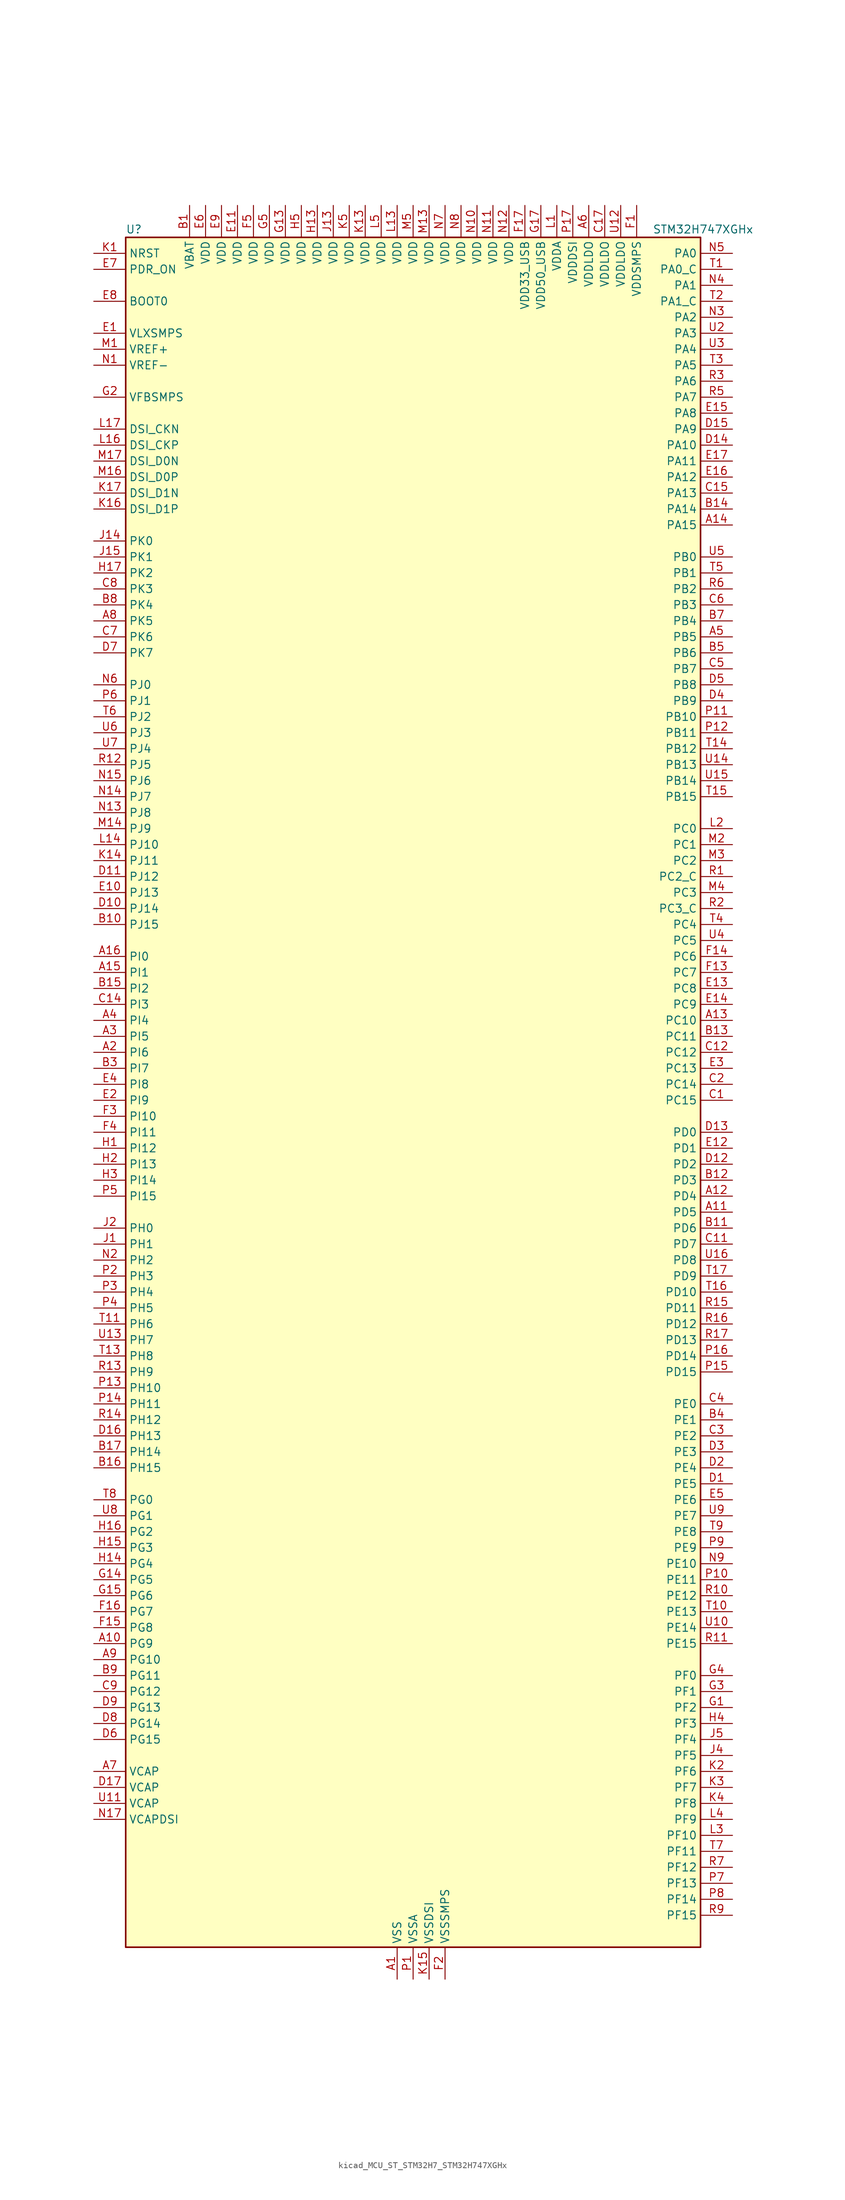
<source format=kicad_sym>
(kicad_symbol_lib
  (version 20220914)
  (generator kicad_symbol_editor)
  (symbol "kicad_MCU_ST_STM32H7_STM32H747XGHx"
    (property "Reference" "U"
      (at -45.72 138.43 0)
      (effects (font (size 1.27 1.27)) (justify left)))
    (property "Value" "STM32H747XGHx"
      (at 38.1 138.43 0)
      (effects (font (size 1.27 1.27)) (justify left)))
    (property "ki_locked" ""
      (at 0 0 0)
      (effects (font (size 1.27 1.27))))
    (symbol "kicad_MCU_ST_STM32H7_STM32H747XGHx_0_1"
      (rectangle (start -45.72 -134.62) (end 45.72 137.16) (stroke (width 0.254) (type default)) (fill (type background))))
    (symbol "kicad_MCU_ST_STM32H7_STM32H747XGHx_1_1"
      (pin power_in line (at -2.54 -139.7 90) (length 5.08) (name "VSS" (effects (font (size 1.27 1.27)))) (number "A1" (effects (font (size 1.27 1.27)))))
      (pin bidirectional line (at -50.8 -86.36 0) (length 5.08) (name "PG9" (effects (font (size 1.27 1.27)))) (number "A10" (effects (font (size 1.27 1.27)))) (alternate "DAC1_EXTI9" bidirectional line) (alternate "DCMI_VSYNC" bidirectional line) (alternate "FMC_NCE" bidirectional line) (alternate "FMC_NE2" bidirectional line) (alternate "I2S1_SDI" bidirectional line) (alternate "QUADSPI_BK2_IO2" bidirectional line) (alternate "SAI2_FS_B" bidirectional line) (alternate "SPDIFRX1_IN3" bidirectional line) (alternate "SPI1_MISO" bidirectional line) (alternate "USART6_RX" bidirectional line))
      (pin bidirectional line (at 50.8 -17.78 180) (length 5.08) (name "PD5" (effects (font (size 1.27 1.27)))) (number "A11" (effects (font (size 1.27 1.27)))) (alternate "FMC_NWE" bidirectional line) (alternate "HRTIM_EEV3" bidirectional line) (alternate "USART2_TX" bidirectional line))
      (pin bidirectional line (at 50.8 -15.24 180) (length 5.08) (name "PD4" (effects (font (size 1.27 1.27)))) (number "A12" (effects (font (size 1.27 1.27)))) (alternate "FMC_NOE" bidirectional line) (alternate "HRTIM_FLT3" bidirectional line) (alternate "SAI3_FS_A" bidirectional line) (alternate "USART2_DE" bidirectional line) (alternate "USART2_RTS" bidirectional line))
      (pin bidirectional line (at 50.8 12.7 180) (length 5.08) (name "PC10" (effects (font (size 1.27 1.27)))) (number "A13" (effects (font (size 1.27 1.27)))) (alternate "DCMI_D8" bidirectional line) (alternate "DFSDM1_CKIN5" bidirectional line) (alternate "HRTIM_EEV1" bidirectional line) (alternate "I2S3_CK" bidirectional line) (alternate "LTDC_R2" bidirectional line) (alternate "QUADSPI_BK1_IO1" bidirectional line) (alternate "SDMMC1_D2" bidirectional line) (alternate "SPI3_SCK" bidirectional line) (alternate "UART4_TX" bidirectional line) (alternate "USART3_TX" bidirectional line))
      (pin bidirectional line (at 50.8 91.44 180) (length 5.08) (name "PA15" (effects (font (size 1.27 1.27)))) (number "A14" (effects (font (size 1.27 1.27)))) (alternate "ADC1_EXTI15" bidirectional line) (alternate "ADC2_EXTI15" bidirectional line) (alternate "ADC3_EXTI15" bidirectional line) (alternate "CEC" bidirectional line) (alternate "DEBUG_JTDI" bidirectional line) (alternate "DSIHOST_TE" bidirectional line) (alternate "HRTIM_FLT1" bidirectional line) (alternate "I2S1_WS" bidirectional line) (alternate "I2S3_WS" bidirectional line) (alternate "SPI1_NSS" bidirectional line) (alternate "SPI3_NSS" bidirectional line) (alternate "SPI6_NSS" bidirectional line) (alternate "TIM2_CH1" bidirectional line) (alternate "TIM2_ETR" bidirectional line) (alternate "UART4_DE" bidirectional line) (alternate "UART4_RTS" bidirectional line) (alternate "UART7_TX" bidirectional line))
      (pin bidirectional line (at -50.8 20.32 0) (length 5.08) (name "PI1" (effects (font (size 1.27 1.27)))) (number "A15" (effects (font (size 1.27 1.27)))) (alternate "DCMI_D8" bidirectional line) (alternate "FMC_D25" bidirectional line) (alternate "I2S2_CK" bidirectional line) (alternate "LTDC_G6" bidirectional line) (alternate "SPI2_SCK" bidirectional line) (alternate "TIM8_BKIN2" bidirectional line) (alternate "TIM8_BKIN2_COMP1" bidirectional line) (alternate "TIM8_BKIN2_COMP2" bidirectional line))
      (pin bidirectional line (at -50.8 22.86 0) (length 5.08) (name "PI0" (effects (font (size 1.27 1.27)))) (number "A16" (effects (font (size 1.27 1.27)))) (alternate "DCMI_D13" bidirectional line) (alternate "FMC_D24" bidirectional line) (alternate "I2S2_WS" bidirectional line) (alternate "LTDC_G5" bidirectional line) (alternate "SPI2_NSS" bidirectional line) (alternate "TIM5_CH4" bidirectional line))
      (pin passive line (at -2.54 -139.7 90) (length 5.08) hide (name "VSS" (effects (font (size 1.27 1.27)))) (number "A17" (effects (font (size 1.27 1.27)))))
      (pin bidirectional line (at -50.8 7.62 0) (length 5.08) (name "PI6" (effects (font (size 1.27 1.27)))) (number "A2" (effects (font (size 1.27 1.27)))) (alternate "DCMI_D6" bidirectional line) (alternate "FMC_D28" bidirectional line) (alternate "LTDC_B6" bidirectional line) (alternate "SAI2_SD_A" bidirectional line) (alternate "TIM8_CH2" bidirectional line))
      (pin bidirectional line (at -50.8 10.16 0) (length 5.08) (name "PI5" (effects (font (size 1.27 1.27)))) (number "A3" (effects (font (size 1.27 1.27)))) (alternate "DCMI_VSYNC" bidirectional line) (alternate "FMC_NBL3" bidirectional line) (alternate "LTDC_B5" bidirectional line) (alternate "SAI2_SCK_A" bidirectional line) (alternate "TIM8_CH1" bidirectional line))
      (pin bidirectional line (at -50.8 12.7 0) (length 5.08) (name "PI4" (effects (font (size 1.27 1.27)))) (number "A4" (effects (font (size 1.27 1.27)))) (alternate "DCMI_D5" bidirectional line) (alternate "FMC_NBL2" bidirectional line) (alternate "LTDC_B4" bidirectional line) (alternate "SAI2_MCLK_A" bidirectional line) (alternate "TIM8_BKIN" bidirectional line) (alternate "TIM8_BKIN_COMP1" bidirectional line) (alternate "TIM8_BKIN_COMP2" bidirectional line))
      (pin bidirectional line (at 50.8 73.66 180) (length 5.08) (name "PB5" (effects (font (size 1.27 1.27)))) (number "A5" (effects (font (size 1.27 1.27)))) (alternate "DCMI_D10" bidirectional line) (alternate "ETH_PPS_OUT" bidirectional line) (alternate "FDCAN2_RX" bidirectional line) (alternate "FMC_SDCKE1" bidirectional line) (alternate "HRTIM_EEV7" bidirectional line) (alternate "I2C1_SMBA" bidirectional line) (alternate "I2C4_SMBA" bidirectional line) (alternate "I2S1_SDO" bidirectional line) (alternate "I2S3_SDO" bidirectional line) (alternate "SPI1_MOSI" bidirectional line) (alternate "SPI3_MOSI" bidirectional line) (alternate "SPI6_MOSI" bidirectional line) (alternate "TIM17_BKIN" bidirectional line) (alternate "TIM3_CH2" bidirectional line) (alternate "UART5_RX" bidirectional line) (alternate "USB_OTG_HS_ULPI_D7" bidirectional line))
      (pin power_in line (at 27.94 142.24 270) (length 5.08) (name "VDDLDO" (effects (font (size 1.27 1.27)))) (number "A6" (effects (font (size 1.27 1.27)))))
      (pin power_out line (at -50.8 -106.68 0) (length 5.08) (name "VCAP" (effects (font (size 1.27 1.27)))) (number "A7" (effects (font (size 1.27 1.27)))))
      (pin bidirectional line (at -50.8 76.2 0) (length 5.08) (name "PK5" (effects (font (size 1.27 1.27)))) (number "A8" (effects (font (size 1.27 1.27)))) (alternate "LTDC_B6" bidirectional line))
      (pin bidirectional line (at -50.8 -88.9 0) (length 5.08) (name "PG10" (effects (font (size 1.27 1.27)))) (number "A9" (effects (font (size 1.27 1.27)))) (alternate "DCMI_D2" bidirectional line) (alternate "FMC_NE3" bidirectional line) (alternate "HRTIM_FLT5" bidirectional line) (alternate "I2S1_WS" bidirectional line) (alternate "LTDC_B2" bidirectional line) (alternate "LTDC_G3" bidirectional line) (alternate "SAI2_SD_B" bidirectional line) (alternate "SPI1_NSS" bidirectional line))
      (pin power_in line (at -35.56 142.24 270) (length 5.08) (name "VBAT" (effects (font (size 1.27 1.27)))) (number "B1" (effects (font (size 1.27 1.27)))))
      (pin bidirectional line (at -50.8 27.94 0) (length 5.08) (name "PJ15" (effects (font (size 1.27 1.27)))) (number "B10" (effects (font (size 1.27 1.27)))) (alternate "ADC1_EXTI15" bidirectional line) (alternate "ADC2_EXTI15" bidirectional line) (alternate "ADC3_EXTI15" bidirectional line) (alternate "LTDC_B3" bidirectional line))
      (pin bidirectional line (at 50.8 -20.32 180) (length 5.08) (name "PD6" (effects (font (size 1.27 1.27)))) (number "B11" (effects (font (size 1.27 1.27)))) (alternate "DCMI_D10" bidirectional line) (alternate "DFSDM1_CKIN4" bidirectional line) (alternate "DFSDM1_DATIN1" bidirectional line) (alternate "FMC_NWAIT" bidirectional line) (alternate "I2S3_SDO" bidirectional line) (alternate "LTDC_B2" bidirectional line) (alternate "SAI1_D1" bidirectional line) (alternate "SAI1_SD_A" bidirectional line) (alternate "SAI4_D1" bidirectional line) (alternate "SAI4_SD_A" bidirectional line) (alternate "SDMMC2_CK" bidirectional line) (alternate "SPI3_MOSI" bidirectional line) (alternate "USART2_RX" bidirectional line))
      (pin bidirectional line (at 50.8 -12.7 180) (length 5.08) (name "PD3" (effects (font (size 1.27 1.27)))) (number "B12" (effects (font (size 1.27 1.27)))) (alternate "DCMI_D5" bidirectional line) (alternate "DFSDM1_CKOUT" bidirectional line) (alternate "FMC_CLK" bidirectional line) (alternate "I2S2_CK" bidirectional line) (alternate "LTDC_G7" bidirectional line) (alternate "SPI2_SCK" bidirectional line) (alternate "USART2_CTS" bidirectional line) (alternate "USART2_NSS" bidirectional line))
      (pin bidirectional line (at 50.8 10.16 180) (length 5.08) (name "PC11" (effects (font (size 1.27 1.27)))) (number "B13" (effects (font (size 1.27 1.27)))) (alternate "ADC1_EXTI11" bidirectional line) (alternate "ADC2_EXTI11" bidirectional line) (alternate "ADC3_EXTI11" bidirectional line) (alternate "DCMI_D4" bidirectional line) (alternate "DFSDM1_DATIN5" bidirectional line) (alternate "HRTIM_FLT2" bidirectional line) (alternate "I2S3_SDI" bidirectional line) (alternate "QUADSPI_BK2_NCS" bidirectional line) (alternate "SDMMC1_D3" bidirectional line) (alternate "SPI3_MISO" bidirectional line) (alternate "UART4_RX" bidirectional line) (alternate "USART3_RX" bidirectional line))
      (pin bidirectional line (at 50.8 93.98 180) (length 5.08) (name "PA14" (effects (font (size 1.27 1.27)))) (number "B14" (effects (font (size 1.27 1.27)))) (alternate "DEBUG_JTCK-SWCLK" bidirectional line))
      (pin bidirectional line (at -50.8 17.78 0) (length 5.08) (name "PI2" (effects (font (size 1.27 1.27)))) (number "B15" (effects (font (size 1.27 1.27)))) (alternate "DCMI_D9" bidirectional line) (alternate "FMC_D26" bidirectional line) (alternate "I2S2_SDI" bidirectional line) (alternate "LTDC_G7" bidirectional line) (alternate "SPI2_MISO" bidirectional line) (alternate "TIM8_CH4" bidirectional line))
      (pin bidirectional line (at -50.8 -58.42 0) (length 5.08) (name "PH15" (effects (font (size 1.27 1.27)))) (number "B16" (effects (font (size 1.27 1.27)))) (alternate "ADC1_EXTI15" bidirectional line) (alternate "ADC2_EXTI15" bidirectional line) (alternate "ADC3_EXTI15" bidirectional line) (alternate "DCMI_D11" bidirectional line) (alternate "FMC_D23" bidirectional line) (alternate "LTDC_G4" bidirectional line) (alternate "TIM8_CH3N" bidirectional line))
      (pin bidirectional line (at -50.8 -55.88 0) (length 5.08) (name "PH14" (effects (font (size 1.27 1.27)))) (number "B17" (effects (font (size 1.27 1.27)))) (alternate "DCMI_D4" bidirectional line) (alternate "FDCAN1_RX" bidirectional line) (alternate "FMC_D22" bidirectional line) (alternate "LTDC_G3" bidirectional line) (alternate "TIM8_CH2N" bidirectional line) (alternate "UART4_RX" bidirectional line))
      (pin passive line (at -2.54 -139.7 90) (length 5.08) hide (name "VSS" (effects (font (size 1.27 1.27)))) (number "B2" (effects (font (size 1.27 1.27)))))
      (pin bidirectional line (at -50.8 5.08 0) (length 5.08) (name "PI7" (effects (font (size 1.27 1.27)))) (number "B3" (effects (font (size 1.27 1.27)))) (alternate "DCMI_D7" bidirectional line) (alternate "FMC_D29" bidirectional line) (alternate "LTDC_B7" bidirectional line) (alternate "SAI2_FS_A" bidirectional line) (alternate "TIM8_CH3" bidirectional line))
      (pin bidirectional line (at 50.8 -50.8 180) (length 5.08) (name "PE1" (effects (font (size 1.27 1.27)))) (number "B4" (effects (font (size 1.27 1.27)))) (alternate "DCMI_D3" bidirectional line) (alternate "FMC_NBL1" bidirectional line) (alternate "HRTIM_SCOUT" bidirectional line) (alternate "LPTIM1_IN2" bidirectional line) (alternate "UART8_TX" bidirectional line))
      (pin bidirectional line (at 50.8 71.12 180) (length 5.08) (name "PB6" (effects (font (size 1.27 1.27)))) (number "B5" (effects (font (size 1.27 1.27)))) (alternate "CEC" bidirectional line) (alternate "DCMI_D5" bidirectional line) (alternate "DFSDM1_DATIN5" bidirectional line) (alternate "FDCAN2_TX" bidirectional line) (alternate "FMC_SDNE1" bidirectional line) (alternate "HRTIM_EEV8" bidirectional line) (alternate "I2C1_SCL" bidirectional line) (alternate "I2C4_SCL" bidirectional line) (alternate "LPUART1_TX" bidirectional line) (alternate "QUADSPI_BK1_NCS" bidirectional line) (alternate "TIM16_CH1N" bidirectional line) (alternate "TIM4_CH1" bidirectional line) (alternate "UART5_TX" bidirectional line) (alternate "USART1_TX" bidirectional line))
      (pin passive line (at -2.54 -139.7 90) (length 5.08) hide (name "VSS" (effects (font (size 1.27 1.27)))) (number "B6" (effects (font (size 1.27 1.27)))))
      (pin bidirectional line (at 50.8 76.2 180) (length 5.08) (name "PB4" (effects (font (size 1.27 1.27)))) (number "B7" (effects (font (size 1.27 1.27)))) (alternate "DEBUG_JTRST" bidirectional line) (alternate "HRTIM_EEV6" bidirectional line) (alternate "I2S1_SDI" bidirectional line) (alternate "I2S2_WS" bidirectional line) (alternate "I2S3_SDI" bidirectional line) (alternate "SDMMC2_D3" bidirectional line) (alternate "SPI1_MISO" bidirectional line) (alternate "SPI2_NSS" bidirectional line) (alternate "SPI3_MISO" bidirectional line) (alternate "SPI6_MISO" bidirectional line) (alternate "TIM16_BKIN" bidirectional line) (alternate "TIM3_CH1" bidirectional line) (alternate "UART7_TX" bidirectional line))
      (pin bidirectional line (at -50.8 78.74 0) (length 5.08) (name "PK4" (effects (font (size 1.27 1.27)))) (number "B8" (effects (font (size 1.27 1.27)))) (alternate "LTDC_B5" bidirectional line))
      (pin bidirectional line (at -50.8 -91.44 0) (length 5.08) (name "PG11" (effects (font (size 1.27 1.27)))) (number "B9" (effects (font (size 1.27 1.27)))) (alternate "ADC1_EXTI11" bidirectional line) (alternate "ADC2_EXTI11" bidirectional line) (alternate "ADC3_EXTI11" bidirectional line) (alternate "DCMI_D3" bidirectional line) (alternate "ETH_TX_EN" bidirectional line) (alternate "HRTIM_EEV4" bidirectional line) (alternate "I2S1_CK" bidirectional line) (alternate "LPTIM1_IN2" bidirectional line) (alternate "LTDC_B3" bidirectional line) (alternate "SDMMC2_D2" bidirectional line) (alternate "SPDIFRX1_IN0" bidirectional line) (alternate "SPI1_SCK" bidirectional line))
      (pin bidirectional line (at 50.8 0 180) (length 5.08) (name "PC15" (effects (font (size 1.27 1.27)))) (number "C1" (effects (font (size 1.27 1.27)))) (alternate "ADC1_EXTI15" bidirectional line) (alternate "ADC2_EXTI15" bidirectional line) (alternate "ADC3_EXTI15" bidirectional line) (alternate "RCC_OSC32_OUT" bidirectional line))
      (pin passive line (at -2.54 -139.7 90) (length 5.08) hide (name "VSS" (effects (font (size 1.27 1.27)))) (number "C10" (effects (font (size 1.27 1.27)))))
      (pin bidirectional line (at 50.8 -22.86 180) (length 5.08) (name "PD7" (effects (font (size 1.27 1.27)))) (number "C11" (effects (font (size 1.27 1.27)))) (alternate "DFSDM1_CKIN1" bidirectional line) (alternate "DFSDM1_DATIN4" bidirectional line) (alternate "FMC_NE1" bidirectional line) (alternate "I2S1_SDO" bidirectional line) (alternate "SDMMC2_CMD" bidirectional line) (alternate "SPDIFRX1_IN0" bidirectional line) (alternate "SPI1_MOSI" bidirectional line) (alternate "USART2_CK" bidirectional line))
      (pin bidirectional line (at 50.8 7.62 180) (length 5.08) (name "PC12" (effects (font (size 1.27 1.27)))) (number "C12" (effects (font (size 1.27 1.27)))) (alternate "DCMI_D9" bidirectional line) (alternate "DEBUG_TRACED3" bidirectional line) (alternate "HRTIM_EEV2" bidirectional line) (alternate "I2S3_SDO" bidirectional line) (alternate "SDMMC1_CK" bidirectional line) (alternate "SPI3_MOSI" bidirectional line) (alternate "UART5_TX" bidirectional line) (alternate "USART3_CK" bidirectional line))
      (pin passive line (at -2.54 -139.7 90) (length 5.08) hide (name "VSS" (effects (font (size 1.27 1.27)))) (number "C13" (effects (font (size 1.27 1.27)))))
      (pin bidirectional line (at -50.8 15.24 0) (length 5.08) (name "PI3" (effects (font (size 1.27 1.27)))) (number "C14" (effects (font (size 1.27 1.27)))) (alternate "DCMI_D10" bidirectional line) (alternate "FMC_D27" bidirectional line) (alternate "I2S2_SDO" bidirectional line) (alternate "SPI2_MOSI" bidirectional line) (alternate "TIM8_ETR" bidirectional line))
      (pin bidirectional line (at 50.8 96.52 180) (length 5.08) (name "PA13" (effects (font (size 1.27 1.27)))) (number "C15" (effects (font (size 1.27 1.27)))) (alternate "DEBUG_JTMS-SWDIO" bidirectional line))
      (pin passive line (at -2.54 -139.7 90) (length 5.08) hide (name "VSS" (effects (font (size 1.27 1.27)))) (number "C16" (effects (font (size 1.27 1.27)))))
      (pin power_in line (at 30.48 142.24 270) (length 5.08) (name "VDDLDO" (effects (font (size 1.27 1.27)))) (number "C17" (effects (font (size 1.27 1.27)))))
      (pin bidirectional line (at 50.8 2.54 180) (length 5.08) (name "PC14" (effects (font (size 1.27 1.27)))) (number "C2" (effects (font (size 1.27 1.27)))) (alternate "RCC_OSC32_IN" bidirectional line))
      (pin bidirectional line (at 50.8 -53.34 180) (length 5.08) (name "PE2" (effects (font (size 1.27 1.27)))) (number "C3" (effects (font (size 1.27 1.27)))) (alternate "DEBUG_TRACECLK" bidirectional line) (alternate "ETH_TXD3" bidirectional line) (alternate "FMC_A23" bidirectional line) (alternate "QUADSPI_BK1_IO2" bidirectional line) (alternate "SAI1_CK1" bidirectional line) (alternate "SAI1_MCLK_A" bidirectional line) (alternate "SAI4_CK1" bidirectional line) (alternate "SAI4_MCLK_A" bidirectional line) (alternate "SPI4_SCK" bidirectional line))
      (pin bidirectional line (at 50.8 -48.26 180) (length 5.08) (name "PE0" (effects (font (size 1.27 1.27)))) (number "C4" (effects (font (size 1.27 1.27)))) (alternate "DCMI_D2" bidirectional line) (alternate "FMC_NBL0" bidirectional line) (alternate "HRTIM_SCIN" bidirectional line) (alternate "LPTIM1_ETR" bidirectional line) (alternate "LPTIM2_ETR" bidirectional line) (alternate "SAI2_MCLK_A" bidirectional line) (alternate "TIM4_ETR" bidirectional line) (alternate "UART8_RX" bidirectional line))
      (pin bidirectional line (at 50.8 68.58 180) (length 5.08) (name "PB7" (effects (font (size 1.27 1.27)))) (number "C5" (effects (font (size 1.27 1.27)))) (alternate "DCMI_VSYNC" bidirectional line) (alternate "DFSDM1_CKIN5" bidirectional line) (alternate "FMC_NL" bidirectional line) (alternate "HRTIM_EEV9" bidirectional line) (alternate "I2C1_SDA" bidirectional line) (alternate "I2C4_SDA" bidirectional line) (alternate "LPUART1_RX" bidirectional line) (alternate "PWR_PVD_IN" bidirectional line) (alternate "TIM17_CH1N" bidirectional line) (alternate "TIM4_CH2" bidirectional line) (alternate "USART1_RX" bidirectional line))
      (pin bidirectional line (at 50.8 78.74 180) (length 5.08) (name "PB3" (effects (font (size 1.27 1.27)))) (number "C6" (effects (font (size 1.27 1.27)))) (alternate "CRS_SYNC" bidirectional line) (alternate "DEBUG_JTDO-SWO" bidirectional line) (alternate "HRTIM_FLT4" bidirectional line) (alternate "I2S1_CK" bidirectional line) (alternate "I2S3_CK" bidirectional line) (alternate "SDMMC2_D2" bidirectional line) (alternate "SPI1_SCK" bidirectional line) (alternate "SPI3_SCK" bidirectional line) (alternate "SPI6_SCK" bidirectional line) (alternate "TIM2_CH2" bidirectional line) (alternate "UART7_RX" bidirectional line))
      (pin bidirectional line (at -50.8 73.66 0) (length 5.08) (name "PK6" (effects (font (size 1.27 1.27)))) (number "C7" (effects (font (size 1.27 1.27)))) (alternate "LTDC_B7" bidirectional line))
      (pin bidirectional line (at -50.8 81.28 0) (length 5.08) (name "PK3" (effects (font (size 1.27 1.27)))) (number "C8" (effects (font (size 1.27 1.27)))) (alternate "LTDC_B4" bidirectional line))
      (pin bidirectional line (at -50.8 -93.98 0) (length 5.08) (name "PG12" (effects (font (size 1.27 1.27)))) (number "C9" (effects (font (size 1.27 1.27)))) (alternate "ETH_TXD1" bidirectional line) (alternate "FMC_NE4" bidirectional line) (alternate "HRTIM_EEV5" bidirectional line) (alternate "LPTIM1_IN1" bidirectional line) (alternate "LTDC_B1" bidirectional line) (alternate "LTDC_B4" bidirectional line) (alternate "SPDIFRX1_IN1" bidirectional line) (alternate "SPI6_MISO" bidirectional line) (alternate "USART6_DE" bidirectional line) (alternate "USART6_RTS" bidirectional line))
      (pin bidirectional line (at 50.8 -60.96 180) (length 5.08) (name "PE5" (effects (font (size 1.27 1.27)))) (number "D1" (effects (font (size 1.27 1.27)))) (alternate "DCMI_D6" bidirectional line) (alternate "DEBUG_TRACED2" bidirectional line) (alternate "DFSDM1_CKIN3" bidirectional line) (alternate "FMC_A21" bidirectional line) (alternate "LTDC_G0" bidirectional line) (alternate "SAI1_CK2" bidirectional line) (alternate "SAI1_SCK_A" bidirectional line) (alternate "SAI4_CK2" bidirectional line) (alternate "SAI4_SCK_A" bidirectional line) (alternate "SPI4_MISO" bidirectional line) (alternate "TIM15_CH1" bidirectional line))
      (pin bidirectional line (at -50.8 30.48 0) (length 5.08) (name "PJ14" (effects (font (size 1.27 1.27)))) (number "D10" (effects (font (size 1.27 1.27)))) (alternate "LTDC_B2" bidirectional line))
      (pin bidirectional line (at -50.8 35.56 0) (length 5.08) (name "PJ12" (effects (font (size 1.27 1.27)))) (number "D11" (effects (font (size 1.27 1.27)))) (alternate "DEBUG_TRGOUT" bidirectional line) (alternate "LTDC_B0" bidirectional line) (alternate "LTDC_G3" bidirectional line))
      (pin bidirectional line (at 50.8 -10.16 180) (length 5.08) (name "PD2" (effects (font (size 1.27 1.27)))) (number "D12" (effects (font (size 1.27 1.27)))) (alternate "DCMI_D11" bidirectional line) (alternate "DEBUG_TRACED2" bidirectional line) (alternate "SDMMC1_CMD" bidirectional line) (alternate "TIM3_ETR" bidirectional line) (alternate "UART5_RX" bidirectional line))
      (pin bidirectional line (at 50.8 -5.08 180) (length 5.08) (name "PD0" (effects (font (size 1.27 1.27)))) (number "D13" (effects (font (size 1.27 1.27)))) (alternate "DFSDM1_CKIN6" bidirectional line) (alternate "FDCAN1_RX" bidirectional line) (alternate "FMC_D2" bidirectional line) (alternate "FMC_DA2" bidirectional line) (alternate "SAI3_SCK_A" bidirectional line) (alternate "UART4_RX" bidirectional line))
      (pin bidirectional line (at 50.8 104.14 180) (length 5.08) (name "PA10" (effects (font (size 1.27 1.27)))) (number "D14" (effects (font (size 1.27 1.27)))) (alternate "DCMI_D1" bidirectional line) (alternate "HRTIM_CHC2" bidirectional line) (alternate "LPUART1_RX" bidirectional line) (alternate "LTDC_B1" bidirectional line) (alternate "LTDC_B4" bidirectional line) (alternate "MDIOS_MDIO" bidirectional line) (alternate "TIM1_CH3" bidirectional line) (alternate "USART1_RX" bidirectional line) (alternate "USB_OTG_FS_ID" bidirectional line))
      (pin bidirectional line (at 50.8 106.68 180) (length 5.08) (name "PA9" (effects (font (size 1.27 1.27)))) (number "D15" (effects (font (size 1.27 1.27)))) (alternate "DAC1_EXTI9" bidirectional line) (alternate "DCMI_D0" bidirectional line) (alternate "HRTIM_CHC1" bidirectional line) (alternate "I2C3_SMBA" bidirectional line) (alternate "I2S2_CK" bidirectional line) (alternate "LPUART1_TX" bidirectional line) (alternate "LTDC_R5" bidirectional line) (alternate "SPI2_SCK" bidirectional line) (alternate "TIM1_CH2" bidirectional line) (alternate "USART1_TX" bidirectional line) (alternate "USB_OTG_FS_VBUS" bidirectional line))
      (pin bidirectional line (at -50.8 -53.34 0) (length 5.08) (name "PH13" (effects (font (size 1.27 1.27)))) (number "D16" (effects (font (size 1.27 1.27)))) (alternate "FDCAN1_TX" bidirectional line) (alternate "FMC_D21" bidirectional line) (alternate "LTDC_G2" bidirectional line) (alternate "TIM8_CH1N" bidirectional line) (alternate "UART4_TX" bidirectional line))
      (pin power_out line (at -50.8 -109.22 0) (length 5.08) (name "VCAP" (effects (font (size 1.27 1.27)))) (number "D17" (effects (font (size 1.27 1.27)))))
      (pin bidirectional line (at 50.8 -58.42 180) (length 5.08) (name "PE4" (effects (font (size 1.27 1.27)))) (number "D2" (effects (font (size 1.27 1.27)))) (alternate "DCMI_D4" bidirectional line) (alternate "DEBUG_TRACED1" bidirectional line) (alternate "DFSDM1_DATIN3" bidirectional line) (alternate "FMC_A20" bidirectional line) (alternate "LTDC_B0" bidirectional line) (alternate "SAI1_D2" bidirectional line) (alternate "SAI1_FS_A" bidirectional line) (alternate "SAI4_D2" bidirectional line) (alternate "SAI4_FS_A" bidirectional line) (alternate "SPI4_NSS" bidirectional line) (alternate "TIM15_CH1N" bidirectional line))
      (pin bidirectional line (at 50.8 -55.88 180) (length 5.08) (name "PE3" (effects (font (size 1.27 1.27)))) (number "D3" (effects (font (size 1.27 1.27)))) (alternate "DEBUG_TRACED0" bidirectional line) (alternate "FMC_A19" bidirectional line) (alternate "SAI1_SD_B" bidirectional line) (alternate "SAI4_SD_B" bidirectional line) (alternate "TIM15_BKIN" bidirectional line))
      (pin bidirectional line (at 50.8 63.5 180) (length 5.08) (name "PB9" (effects (font (size 1.27 1.27)))) (number "D4" (effects (font (size 1.27 1.27)))) (alternate "DAC1_EXTI9" bidirectional line) (alternate "DCMI_D7" bidirectional line) (alternate "DFSDM1_DATIN7" bidirectional line) (alternate "FDCAN1_TX" bidirectional line) (alternate "I2C1_SDA" bidirectional line) (alternate "I2C4_SDA" bidirectional line) (alternate "I2C4_SMBA" bidirectional line) (alternate "I2S2_WS" bidirectional line) (alternate "LTDC_B7" bidirectional line) (alternate "SDMMC1_CDIR" bidirectional line) (alternate "SDMMC1_D5" bidirectional line) (alternate "SDMMC2_D5" bidirectional line) (alternate "SPI2_NSS" bidirectional line) (alternate "TIM17_CH1" bidirectional line) (alternate "TIM4_CH4" bidirectional line) (alternate "UART4_TX" bidirectional line))
      (pin bidirectional line (at 50.8 66.04 180) (length 5.08) (name "PB8" (effects (font (size 1.27 1.27)))) (number "D5" (effects (font (size 1.27 1.27)))) (alternate "DCMI_D6" bidirectional line) (alternate "DFSDM1_CKIN7" bidirectional line) (alternate "ETH_TXD3" bidirectional line) (alternate "FDCAN1_RX" bidirectional line) (alternate "I2C1_SCL" bidirectional line) (alternate "I2C4_SCL" bidirectional line) (alternate "LTDC_B6" bidirectional line) (alternate "SDMMC1_CKIN" bidirectional line) (alternate "SDMMC1_D4" bidirectional line) (alternate "SDMMC2_D4" bidirectional line) (alternate "TIM16_CH1" bidirectional line) (alternate "TIM4_CH3" bidirectional line) (alternate "UART4_RX" bidirectional line))
      (pin bidirectional line (at -50.8 -101.6 0) (length 5.08) (name "PG15" (effects (font (size 1.27 1.27)))) (number "D6" (effects (font (size 1.27 1.27)))) (alternate "ADC1_EXTI15" bidirectional line) (alternate "ADC2_EXTI15" bidirectional line) (alternate "ADC3_EXTI15" bidirectional line) (alternate "DCMI_D13" bidirectional line) (alternate "FMC_SDNCAS" bidirectional line) (alternate "USART6_CTS" bidirectional line) (alternate "USART6_NSS" bidirectional line))
      (pin bidirectional line (at -50.8 71.12 0) (length 5.08) (name "PK7" (effects (font (size 1.27 1.27)))) (number "D7" (effects (font (size 1.27 1.27)))) (alternate "LTDC_DE" bidirectional line))
      (pin bidirectional line (at -50.8 -99.06 0) (length 5.08) (name "PG14" (effects (font (size 1.27 1.27)))) (number "D8" (effects (font (size 1.27 1.27)))) (alternate "DEBUG_TRACED1" bidirectional line) (alternate "ETH_TXD1" bidirectional line) (alternate "FMC_A25" bidirectional line) (alternate "LPTIM1_ETR" bidirectional line) (alternate "LTDC_B0" bidirectional line) (alternate "QUADSPI_BK2_IO3" bidirectional line) (alternate "SPI6_MOSI" bidirectional line) (alternate "USART6_TX" bidirectional line))
      (pin bidirectional line (at -50.8 -96.52 0) (length 5.08) (name "PG13" (effects (font (size 1.27 1.27)))) (number "D9" (effects (font (size 1.27 1.27)))) (alternate "DEBUG_TRACED0" bidirectional line) (alternate "ETH_TXD0" bidirectional line) (alternate "FMC_A24" bidirectional line) (alternate "HRTIM_EEV10" bidirectional line) (alternate "LPTIM1_OUT" bidirectional line) (alternate "LTDC_R0" bidirectional line) (alternate "SPI6_SCK" bidirectional line) (alternate "USART6_CTS" bidirectional line) (alternate "USART6_NSS" bidirectional line))
      (pin power_in line (at -50.8 121.92 0) (length 5.08) (name "VLXSMPS" (effects (font (size 1.27 1.27)))) (number "E1" (effects (font (size 1.27 1.27)))))
      (pin bidirectional line (at -50.8 33.02 0) (length 5.08) (name "PJ13" (effects (font (size 1.27 1.27)))) (number "E10" (effects (font (size 1.27 1.27)))) (alternate "LTDC_B1" bidirectional line) (alternate "LTDC_B4" bidirectional line))
      (pin power_in line (at -27.94 142.24 270) (length 5.08) (name "VDD" (effects (font (size 1.27 1.27)))) (number "E11" (effects (font (size 1.27 1.27)))))
      (pin bidirectional line (at 50.8 -7.62 180) (length 5.08) (name "PD1" (effects (font (size 1.27 1.27)))) (number "E12" (effects (font (size 1.27 1.27)))) (alternate "DFSDM1_DATIN6" bidirectional line) (alternate "FDCAN1_TX" bidirectional line) (alternate "FMC_D3" bidirectional line) (alternate "FMC_DA3" bidirectional line) (alternate "SAI3_SD_A" bidirectional line) (alternate "UART4_TX" bidirectional line))
      (pin bidirectional line (at 50.8 17.78 180) (length 5.08) (name "PC8" (effects (font (size 1.27 1.27)))) (number "E13" (effects (font (size 1.27 1.27)))) (alternate "DCMI_D2" bidirectional line) (alternate "DEBUG_TRACED1" bidirectional line) (alternate "FMC_NCE" bidirectional line) (alternate "FMC_NE2" bidirectional line) (alternate "HRTIM_CHB1" bidirectional line) (alternate "SDMMC1_D0" bidirectional line) (alternate "SWPMI1_RX" bidirectional line) (alternate "TIM3_CH3" bidirectional line) (alternate "TIM8_CH3" bidirectional line) (alternate "UART5_DE" bidirectional line) (alternate "UART5_RTS" bidirectional line) (alternate "USART6_CK" bidirectional line))
      (pin bidirectional line (at 50.8 15.24 180) (length 5.08) (name "PC9" (effects (font (size 1.27 1.27)))) (number "E14" (effects (font (size 1.27 1.27)))) (alternate "DAC1_EXTI9" bidirectional line) (alternate "DCMI_D3" bidirectional line) (alternate "I2C3_SDA" bidirectional line) (alternate "I2S_CKIN" bidirectional line) (alternate "LTDC_B2" bidirectional line) (alternate "LTDC_G3" bidirectional line) (alternate "QUADSPI_BK1_IO0" bidirectional line) (alternate "RCC_MCO_2" bidirectional line) (alternate "SDMMC1_D1" bidirectional line) (alternate "SWPMI1_SUSPEND" bidirectional line) (alternate "TIM3_CH4" bidirectional line) (alternate "TIM8_CH4" bidirectional line) (alternate "UART5_CTS" bidirectional line))
      (pin bidirectional line (at 50.8 109.22 180) (length 5.08) (name "PA8" (effects (font (size 1.27 1.27)))) (number "E15" (effects (font (size 1.27 1.27)))) (alternate "HRTIM_CHB2" bidirectional line) (alternate "I2C3_SCL" bidirectional line) (alternate "LTDC_B3" bidirectional line) (alternate "LTDC_R6" bidirectional line) (alternate "RCC_MCO_1" bidirectional line) (alternate "TIM1_CH1" bidirectional line) (alternate "TIM8_BKIN2" bidirectional line) (alternate "TIM8_BKIN2_COMP1" bidirectional line) (alternate "TIM8_BKIN2_COMP2" bidirectional line) (alternate "UART7_RX" bidirectional line) (alternate "USART1_CK" bidirectional line) (alternate "USB_OTG_FS_SOF" bidirectional line))
      (pin bidirectional line (at 50.8 99.06 180) (length 5.08) (name "PA12" (effects (font (size 1.27 1.27)))) (number "E16" (effects (font (size 1.27 1.27)))) (alternate "FDCAN1_TX" bidirectional line) (alternate "HRTIM_CHD2" bidirectional line) (alternate "I2S2_CK" bidirectional line) (alternate "LPUART1_DE" bidirectional line) (alternate "LPUART1_RTS" bidirectional line) (alternate "LTDC_R5" bidirectional line) (alternate "SAI2_FS_B" bidirectional line) (alternate "SPI2_SCK" bidirectional line) (alternate "TIM1_ETR" bidirectional line) (alternate "UART4_TX" bidirectional line) (alternate "USART1_DE" bidirectional line) (alternate "USART1_RTS" bidirectional line) (alternate "USB_OTG_FS_DP" bidirectional line))
      (pin bidirectional line (at 50.8 101.6 180) (length 5.08) (name "PA11" (effects (font (size 1.27 1.27)))) (number "E17" (effects (font (size 1.27 1.27)))) (alternate "ADC1_EXTI11" bidirectional line) (alternate "ADC2_EXTI11" bidirectional line) (alternate "ADC3_EXTI11" bidirectional line) (alternate "FDCAN1_RX" bidirectional line) (alternate "HRTIM_CHD1" bidirectional line) (alternate "I2S2_WS" bidirectional line) (alternate "LPUART1_CTS" bidirectional line) (alternate "LTDC_R4" bidirectional line) (alternate "SPI2_NSS" bidirectional line) (alternate "TIM1_CH4" bidirectional line) (alternate "UART4_RX" bidirectional line) (alternate "USART1_CTS" bidirectional line) (alternate "USART1_NSS" bidirectional line) (alternate "USB_OTG_FS_DM" bidirectional line))
      (pin bidirectional line (at -50.8 0 0) (length 5.08) (name "PI9" (effects (font (size 1.27 1.27)))) (number "E2" (effects (font (size 1.27 1.27)))) (alternate "DAC1_EXTI9" bidirectional line) (alternate "FDCAN1_RX" bidirectional line) (alternate "FMC_D30" bidirectional line) (alternate "LTDC_VSYNC" bidirectional line) (alternate "UART4_RX" bidirectional line))
      (pin bidirectional line (at 50.8 5.08 180) (length 5.08) (name "PC13" (effects (font (size 1.27 1.27)))) (number "E3" (effects (font (size 1.27 1.27)))) (alternate "PWR_WKUP2" bidirectional line) (alternate "RTC_OUT_ALARM" bidirectional line) (alternate "RTC_OUT_CALIB" bidirectional line) (alternate "RTC_TAMP1" bidirectional line) (alternate "RTC_TS" bidirectional line))
      (pin bidirectional line (at -50.8 2.54 0) (length 5.08) (name "PI8" (effects (font (size 1.27 1.27)))) (number "E4" (effects (font (size 1.27 1.27)))) (alternate "PWR_WKUP3" bidirectional line) (alternate "RTC_TAMP2" bidirectional line))
      (pin bidirectional line (at 50.8 -63.5 180) (length 5.08) (name "PE6" (effects (font (size 1.27 1.27)))) (number "E5" (effects (font (size 1.27 1.27)))) (alternate "DCMI_D7" bidirectional line) (alternate "DEBUG_TRACED3" bidirectional line) (alternate "FMC_A22" bidirectional line) (alternate "LTDC_G1" bidirectional line) (alternate "SAI1_D1" bidirectional line) (alternate "SAI1_SD_A" bidirectional line) (alternate "SAI2_MCLK_B" bidirectional line) (alternate "SAI4_D1" bidirectional line) (alternate "SAI4_SD_A" bidirectional line) (alternate "SPI4_MOSI" bidirectional line) (alternate "TIM15_CH2" bidirectional line) (alternate "TIM1_BKIN2" bidirectional line) (alternate "TIM1_BKIN2_COMP1" bidirectional line) (alternate "TIM1_BKIN2_COMP2" bidirectional line))
      (pin power_in line (at -33.02 142.24 270) (length 5.08) (name "VDD" (effects (font (size 1.27 1.27)))) (number "E6" (effects (font (size 1.27 1.27)))))
      (pin input line (at -50.8 132.08 0) (length 5.08) (name "PDR_ON" (effects (font (size 1.27 1.27)))) (number "E7" (effects (font (size 1.27 1.27)))))
      (pin input line (at -50.8 127 0) (length 5.08) (name "BOOT0" (effects (font (size 1.27 1.27)))) (number "E8" (effects (font (size 1.27 1.27)))))
      (pin power_in line (at -30.48 142.24 270) (length 5.08) (name "VDD" (effects (font (size 1.27 1.27)))) (number "E9" (effects (font (size 1.27 1.27)))))
      (pin power_in line (at 35.56 142.24 270) (length 5.08) (name "VDDSMPS" (effects (font (size 1.27 1.27)))) (number "F1" (effects (font (size 1.27 1.27)))))
      (pin bidirectional line (at 50.8 20.32 180) (length 5.08) (name "PC7" (effects (font (size 1.27 1.27)))) (number "F13" (effects (font (size 1.27 1.27)))) (alternate "DCMI_D1" bidirectional line) (alternate "DEBUG_TRGIO" bidirectional line) (alternate "DFSDM1_DATIN3" bidirectional line) (alternate "FMC_NE1" bidirectional line) (alternate "HRTIM_CHA2" bidirectional line) (alternate "I2S3_MCK" bidirectional line) (alternate "LTDC_G6" bidirectional line) (alternate "SDMMC1_D123DIR" bidirectional line) (alternate "SDMMC1_D7" bidirectional line) (alternate "SDMMC2_D7" bidirectional line) (alternate "SWPMI1_TX" bidirectional line) (alternate "TIM3_CH2" bidirectional line) (alternate "TIM8_CH2" bidirectional line) (alternate "USART6_RX" bidirectional line))
      (pin bidirectional line (at 50.8 22.86 180) (length 5.08) (name "PC6" (effects (font (size 1.27 1.27)))) (number "F14" (effects (font (size 1.27 1.27)))) (alternate "DCMI_D0" bidirectional line) (alternate "DFSDM1_CKIN3" bidirectional line) (alternate "FMC_NWAIT" bidirectional line) (alternate "HRTIM_CHA1" bidirectional line) (alternate "I2S2_MCK" bidirectional line) (alternate "LTDC_HSYNC" bidirectional line) (alternate "SDMMC1_D0DIR" bidirectional line) (alternate "SDMMC1_D6" bidirectional line) (alternate "SDMMC2_D6" bidirectional line) (alternate "SWPMI1_IO" bidirectional line) (alternate "TIM3_CH1" bidirectional line) (alternate "TIM8_CH1" bidirectional line) (alternate "USART6_TX" bidirectional line))
      (pin bidirectional line (at -50.8 -83.82 0) (length 5.08) (name "PG8" (effects (font (size 1.27 1.27)))) (number "F15" (effects (font (size 1.27 1.27)))) (alternate "ETH_PPS_OUT" bidirectional line) (alternate "FMC_SDCLK" bidirectional line) (alternate "LTDC_G7" bidirectional line) (alternate "SPDIFRX1_IN2" bidirectional line) (alternate "SPI6_NSS" bidirectional line) (alternate "TIM8_ETR" bidirectional line) (alternate "USART6_DE" bidirectional line) (alternate "USART6_RTS" bidirectional line))
      (pin bidirectional line (at -50.8 -81.28 0) (length 5.08) (name "PG7" (effects (font (size 1.27 1.27)))) (number "F16" (effects (font (size 1.27 1.27)))) (alternate "DCMI_D13" bidirectional line) (alternate "FMC_INT" bidirectional line) (alternate "HRTIM_CHE2" bidirectional line) (alternate "LTDC_CLK" bidirectional line) (alternate "SAI1_MCLK_A" bidirectional line) (alternate "USART6_CK" bidirectional line))
      (pin power_in line (at 17.78 142.24 270) (length 5.08) (name "VDD33_USB" (effects (font (size 1.27 1.27)))) (number "F17" (effects (font (size 1.27 1.27)))))
      (pin power_in line (at 5.08 -139.7 90) (length 5.08) (name "VSSSMPS" (effects (font (size 1.27 1.27)))) (number "F2" (effects (font (size 1.27 1.27)))))
      (pin bidirectional line (at -50.8 -2.54 0) (length 5.08) (name "PI10" (effects (font (size 1.27 1.27)))) (number "F3" (effects (font (size 1.27 1.27)))) (alternate "ETH_RX_ER" bidirectional line) (alternate "FMC_D31" bidirectional line) (alternate "LTDC_HSYNC" bidirectional line))
      (pin bidirectional line (at -50.8 -5.08 0) (length 5.08) (name "PI11" (effects (font (size 1.27 1.27)))) (number "F4" (effects (font (size 1.27 1.27)))) (alternate "ADC1_EXTI11" bidirectional line) (alternate "ADC2_EXTI11" bidirectional line) (alternate "ADC3_EXTI11" bidirectional line) (alternate "LTDC_G6" bidirectional line) (alternate "PWR_WKUP4" bidirectional line) (alternate "USB_OTG_HS_ULPI_DIR" bidirectional line))
      (pin power_in line (at -25.4 142.24 270) (length 5.08) (name "VDD" (effects (font (size 1.27 1.27)))) (number "F5" (effects (font (size 1.27 1.27)))))
      (pin bidirectional line (at 50.8 -96.52 180) (length 5.08) (name "PF2" (effects (font (size 1.27 1.27)))) (number "G1" (effects (font (size 1.27 1.27)))) (alternate "FMC_A2" bidirectional line) (alternate "I2C2_SMBA" bidirectional line))
      (pin passive line (at -2.54 -139.7 90) (length 5.08) hide (name "VSS" (effects (font (size 1.27 1.27)))) (number "G10" (effects (font (size 1.27 1.27)))))
      (pin passive line (at -2.54 -139.7 90) (length 5.08) hide (name "VSS" (effects (font (size 1.27 1.27)))) (number "G11" (effects (font (size 1.27 1.27)))))
      (pin power_in line (at -20.32 142.24 270) (length 5.08) (name "VDD" (effects (font (size 1.27 1.27)))) (number "G13" (effects (font (size 1.27 1.27)))))
      (pin bidirectional line (at -50.8 -76.2 0) (length 5.08) (name "PG5" (effects (font (size 1.27 1.27)))) (number "G14" (effects (font (size 1.27 1.27)))) (alternate "FMC_A15" bidirectional line) (alternate "FMC_BA1" bidirectional line) (alternate "TIM1_ETR" bidirectional line))
      (pin bidirectional line (at -50.8 -78.74 0) (length 5.08) (name "PG6" (effects (font (size 1.27 1.27)))) (number "G15" (effects (font (size 1.27 1.27)))) (alternate "DCMI_D12" bidirectional line) (alternate "FMC_NE3" bidirectional line) (alternate "HRTIM_CHE1" bidirectional line) (alternate "LTDC_R7" bidirectional line) (alternate "QUADSPI_BK1_NCS" bidirectional line) (alternate "TIM17_BKIN" bidirectional line))
      (pin passive line (at -2.54 -139.7 90) (length 5.08) hide (name "VSS" (effects (font (size 1.27 1.27)))) (number "G16" (effects (font (size 1.27 1.27)))))
      (pin power_in line (at 20.32 142.24 270) (length 5.08) (name "VDD50_USB" (effects (font (size 1.27 1.27)))) (number "G17" (effects (font (size 1.27 1.27)))))
      (pin input line (at -50.8 111.76 0) (length 5.08) (name "VFBSMPS" (effects (font (size 1.27 1.27)))) (number "G2" (effects (font (size 1.27 1.27)))))
      (pin bidirectional line (at 50.8 -93.98 180) (length 5.08) (name "PF1" (effects (font (size 1.27 1.27)))) (number "G3" (effects (font (size 1.27 1.27)))) (alternate "FMC_A1" bidirectional line) (alternate "I2C2_SCL" bidirectional line))
      (pin bidirectional line (at 50.8 -91.44 180) (length 5.08) (name "PF0" (effects (font (size 1.27 1.27)))) (number "G4" (effects (font (size 1.27 1.27)))) (alternate "FMC_A0" bidirectional line) (alternate "I2C2_SDA" bidirectional line))
      (pin power_in line (at -22.86 142.24 270) (length 5.08) (name "VDD" (effects (font (size 1.27 1.27)))) (number "G5" (effects (font (size 1.27 1.27)))))
      (pin passive line (at -2.54 -139.7 90) (length 5.08) hide (name "VSS" (effects (font (size 1.27 1.27)))) (number "G7" (effects (font (size 1.27 1.27)))))
      (pin passive line (at -2.54 -139.7 90) (length 5.08) hide (name "VSS" (effects (font (size 1.27 1.27)))) (number "G8" (effects (font (size 1.27 1.27)))))
      (pin passive line (at -2.54 -139.7 90) (length 5.08) hide (name "VSS" (effects (font (size 1.27 1.27)))) (number "G9" (effects (font (size 1.27 1.27)))))
      (pin bidirectional line (at -50.8 -7.62 0) (length 5.08) (name "PI12" (effects (font (size 1.27 1.27)))) (number "H1" (effects (font (size 1.27 1.27)))) (alternate "LTDC_HSYNC" bidirectional line))
      (pin passive line (at -2.54 -139.7 90) (length 5.08) hide (name "VSS" (effects (font (size 1.27 1.27)))) (number "H10" (effects (font (size 1.27 1.27)))))
      (pin passive line (at -2.54 -139.7 90) (length 5.08) hide (name "VSS" (effects (font (size 1.27 1.27)))) (number "H11" (effects (font (size 1.27 1.27)))))
      (pin power_in line (at -15.24 142.24 270) (length 5.08) (name "VDD" (effects (font (size 1.27 1.27)))) (number "H13" (effects (font (size 1.27 1.27)))))
      (pin bidirectional line (at -50.8 -73.66 0) (length 5.08) (name "PG4" (effects (font (size 1.27 1.27)))) (number "H14" (effects (font (size 1.27 1.27)))) (alternate "FMC_A14" bidirectional line) (alternate "FMC_BA0" bidirectional line) (alternate "TIM1_BKIN2" bidirectional line) (alternate "TIM1_BKIN2_COMP1" bidirectional line) (alternate "TIM1_BKIN2_COMP2" bidirectional line))
      (pin bidirectional line (at -50.8 -71.12 0) (length 5.08) (name "PG3" (effects (font (size 1.27 1.27)))) (number "H15" (effects (font (size 1.27 1.27)))) (alternate "FMC_A13" bidirectional line) (alternate "TIM8_BKIN2" bidirectional line) (alternate "TIM8_BKIN2_COMP1" bidirectional line) (alternate "TIM8_BKIN2_COMP2" bidirectional line))
      (pin bidirectional line (at -50.8 -68.58 0) (length 5.08) (name "PG2" (effects (font (size 1.27 1.27)))) (number "H16" (effects (font (size 1.27 1.27)))) (alternate "FMC_A12" bidirectional line) (alternate "TIM8_BKIN" bidirectional line) (alternate "TIM8_BKIN_COMP1" bidirectional line) (alternate "TIM8_BKIN_COMP2" bidirectional line))
      (pin bidirectional line (at -50.8 83.82 0) (length 5.08) (name "PK2" (effects (font (size 1.27 1.27)))) (number "H17" (effects (font (size 1.27 1.27)))) (alternate "LTDC_G7" bidirectional line) (alternate "TIM1_BKIN" bidirectional line) (alternate "TIM1_BKIN_COMP1" bidirectional line) (alternate "TIM1_BKIN_COMP2" bidirectional line) (alternate "TIM8_BKIN" bidirectional line) (alternate "TIM8_BKIN_COMP1" bidirectional line) (alternate "TIM8_BKIN_COMP2" bidirectional line))
      (pin bidirectional line (at -50.8 -10.16 0) (length 5.08) (name "PI13" (effects (font (size 1.27 1.27)))) (number "H2" (effects (font (size 1.27 1.27)))) (alternate "LTDC_VSYNC" bidirectional line))
      (pin bidirectional line (at -50.8 -12.7 0) (length 5.08) (name "PI14" (effects (font (size 1.27 1.27)))) (number "H3" (effects (font (size 1.27 1.27)))) (alternate "LTDC_CLK" bidirectional line))
      (pin bidirectional line (at 50.8 -99.06 180) (length 5.08) (name "PF3" (effects (font (size 1.27 1.27)))) (number "H4" (effects (font (size 1.27 1.27)))) (alternate "ADC3_INP5" bidirectional line) (alternate "FMC_A3" bidirectional line))
      (pin power_in line (at -17.78 142.24 270) (length 5.08) (name "VDD" (effects (font (size 1.27 1.27)))) (number "H5" (effects (font (size 1.27 1.27)))))
      (pin passive line (at -2.54 -139.7 90) (length 5.08) hide (name "VSS" (effects (font (size 1.27 1.27)))) (number "H7" (effects (font (size 1.27 1.27)))))
      (pin passive line (at -2.54 -139.7 90) (length 5.08) hide (name "VSS" (effects (font (size 1.27 1.27)))) (number "H8" (effects (font (size 1.27 1.27)))))
      (pin passive line (at -2.54 -139.7 90) (length 5.08) hide (name "VSS" (effects (font (size 1.27 1.27)))) (number "H9" (effects (font (size 1.27 1.27)))))
      (pin bidirectional line (at -50.8 -22.86 0) (length 5.08) (name "PH1" (effects (font (size 1.27 1.27)))) (number "J1" (effects (font (size 1.27 1.27)))) (alternate "RCC_OSC_OUT" bidirectional line))
      (pin passive line (at -2.54 -139.7 90) (length 5.08) hide (name "VSS" (effects (font (size 1.27 1.27)))) (number "J10" (effects (font (size 1.27 1.27)))))
      (pin passive line (at -2.54 -139.7 90) (length 5.08) hide (name "VSS" (effects (font (size 1.27 1.27)))) (number "J11" (effects (font (size 1.27 1.27)))))
      (pin power_in line (at -12.7 142.24 270) (length 5.08) (name "VDD" (effects (font (size 1.27 1.27)))) (number "J13" (effects (font (size 1.27 1.27)))))
      (pin bidirectional line (at -50.8 88.9 0) (length 5.08) (name "PK0" (effects (font (size 1.27 1.27)))) (number "J14" (effects (font (size 1.27 1.27)))) (alternate "LTDC_G5" bidirectional line) (alternate "SPI5_SCK" bidirectional line) (alternate "TIM1_CH1N" bidirectional line) (alternate "TIM8_CH3" bidirectional line))
      (pin bidirectional line (at -50.8 86.36 0) (length 5.08) (name "PK1" (effects (font (size 1.27 1.27)))) (number "J15" (effects (font (size 1.27 1.27)))) (alternate "LTDC_G6" bidirectional line) (alternate "SPI5_NSS" bidirectional line) (alternate "TIM1_CH1" bidirectional line) (alternate "TIM8_CH3N" bidirectional line))
      (pin passive line (at -2.54 -139.7 90) (length 5.08) hide (name "VSS" (effects (font (size 1.27 1.27)))) (number "J16" (effects (font (size 1.27 1.27)))))
      (pin passive line (at -2.54 -139.7 90) (length 5.08) hide (name "VSS" (effects (font (size 1.27 1.27)))) (number "J17" (effects (font (size 1.27 1.27)))))
      (pin bidirectional line (at -50.8 -20.32 0) (length 5.08) (name "PH0" (effects (font (size 1.27 1.27)))) (number "J2" (effects (font (size 1.27 1.27)))) (alternate "RCC_OSC_IN" bidirectional line))
      (pin passive line (at -2.54 -139.7 90) (length 5.08) hide (name "VSS" (effects (font (size 1.27 1.27)))) (number "J3" (effects (font (size 1.27 1.27)))))
      (pin bidirectional line (at 50.8 -104.14 180) (length 5.08) (name "PF5" (effects (font (size 1.27 1.27)))) (number "J4" (effects (font (size 1.27 1.27)))) (alternate "ADC3_INP4" bidirectional line) (alternate "FMC_A5" bidirectional line))
      (pin bidirectional line (at 50.8 -101.6 180) (length 5.08) (name "PF4" (effects (font (size 1.27 1.27)))) (number "J5" (effects (font (size 1.27 1.27)))) (alternate "ADC3_INN5" bidirectional line) (alternate "ADC3_INP9" bidirectional line) (alternate "FMC_A4" bidirectional line))
      (pin passive line (at -2.54 -139.7 90) (length 5.08) hide (name "VSS" (effects (font (size 1.27 1.27)))) (number "J7" (effects (font (size 1.27 1.27)))))
      (pin passive line (at -2.54 -139.7 90) (length 5.08) hide (name "VSS" (effects (font (size 1.27 1.27)))) (number "J8" (effects (font (size 1.27 1.27)))))
      (pin passive line (at -2.54 -139.7 90) (length 5.08) hide (name "VSS" (effects (font (size 1.27 1.27)))) (number "J9" (effects (font (size 1.27 1.27)))))
      (pin input line (at -50.8 134.62 0) (length 5.08) (name "NRST" (effects (font (size 1.27 1.27)))) (number "K1" (effects (font (size 1.27 1.27)))))
      (pin passive line (at -2.54 -139.7 90) (length 5.08) hide (name "VSS" (effects (font (size 1.27 1.27)))) (number "K10" (effects (font (size 1.27 1.27)))))
      (pin passive line (at -2.54 -139.7 90) (length 5.08) hide (name "VSS" (effects (font (size 1.27 1.27)))) (number "K11" (effects (font (size 1.27 1.27)))))
      (pin power_in line (at -7.62 142.24 270) (length 5.08) (name "VDD" (effects (font (size 1.27 1.27)))) (number "K13" (effects (font (size 1.27 1.27)))))
      (pin bidirectional line (at -50.8 38.1 0) (length 5.08) (name "PJ11" (effects (font (size 1.27 1.27)))) (number "K14" (effects (font (size 1.27 1.27)))) (alternate "ADC1_EXTI11" bidirectional line) (alternate "ADC2_EXTI11" bidirectional line) (alternate "ADC3_EXTI11" bidirectional line) (alternate "LTDC_G4" bidirectional line) (alternate "SPI5_MISO" bidirectional line) (alternate "TIM1_CH2" bidirectional line) (alternate "TIM8_CH2N" bidirectional line))
      (pin power_in line (at 2.54 -139.7 90) (length 5.08) (name "VSSDSI" (effects (font (size 1.27 1.27)))) (number "K15" (effects (font (size 1.27 1.27)))))
      (pin bidirectional line (at -50.8 93.98 0) (length 5.08) (name "DSI_D1P" (effects (font (size 1.27 1.27)))) (number "K16" (effects (font (size 1.27 1.27)))) (alternate "DSIHOST_D1P" bidirectional line))
      (pin bidirectional line (at -50.8 96.52 0) (length 5.08) (name "DSI_D1N" (effects (font (size 1.27 1.27)))) (number "K17" (effects (font (size 1.27 1.27)))) (alternate "DSIHOST_D1N" bidirectional line))
      (pin bidirectional line (at 50.8 -106.68 180) (length 5.08) (name "PF6" (effects (font (size 1.27 1.27)))) (number "K2" (effects (font (size 1.27 1.27)))) (alternate "ADC3_INN4" bidirectional line) (alternate "ADC3_INP8" bidirectional line) (alternate "QUADSPI_BK1_IO3" bidirectional line) (alternate "SAI1_SD_B" bidirectional line) (alternate "SAI4_SD_B" bidirectional line) (alternate "SPI5_NSS" bidirectional line) (alternate "TIM16_CH1" bidirectional line) (alternate "UART7_RX" bidirectional line))
      (pin bidirectional line (at 50.8 -109.22 180) (length 5.08) (name "PF7" (effects (font (size 1.27 1.27)))) (number "K3" (effects (font (size 1.27 1.27)))) (alternate "ADC3_INP3" bidirectional line) (alternate "QUADSPI_BK1_IO2" bidirectional line) (alternate "SAI1_MCLK_B" bidirectional line) (alternate "SAI4_MCLK_B" bidirectional line) (alternate "SPI5_SCK" bidirectional line) (alternate "TIM17_CH1" bidirectional line) (alternate "UART7_TX" bidirectional line))
      (pin bidirectional line (at 50.8 -111.76 180) (length 5.08) (name "PF8" (effects (font (size 1.27 1.27)))) (number "K4" (effects (font (size 1.27 1.27)))) (alternate "ADC3_INN3" bidirectional line) (alternate "ADC3_INP7" bidirectional line) (alternate "QUADSPI_BK1_IO0" bidirectional line) (alternate "SAI1_SCK_B" bidirectional line) (alternate "SAI4_SCK_B" bidirectional line) (alternate "SPI5_MISO" bidirectional line) (alternate "TIM13_CH1" bidirectional line) (alternate "TIM16_CH1N" bidirectional line) (alternate "UART7_DE" bidirectional line) (alternate "UART7_RTS" bidirectional line))
      (pin power_in line (at -10.16 142.24 270) (length 5.08) (name "VDD" (effects (font (size 1.27 1.27)))) (number "K5" (effects (font (size 1.27 1.27)))))
      (pin passive line (at -2.54 -139.7 90) (length 5.08) hide (name "VSS" (effects (font (size 1.27 1.27)))) (number "K7" (effects (font (size 1.27 1.27)))))
      (pin passive line (at -2.54 -139.7 90) (length 5.08) hide (name "VSS" (effects (font (size 1.27 1.27)))) (number "K8" (effects (font (size 1.27 1.27)))))
      (pin passive line (at -2.54 -139.7 90) (length 5.08) hide (name "VSS" (effects (font (size 1.27 1.27)))) (number "K9" (effects (font (size 1.27 1.27)))))
      (pin power_in line (at 22.86 142.24 270) (length 5.08) (name "VDDA" (effects (font (size 1.27 1.27)))) (number "L1" (effects (font (size 1.27 1.27)))))
      (pin passive line (at -2.54 -139.7 90) (length 5.08) hide (name "VSS" (effects (font (size 1.27 1.27)))) (number "L10" (effects (font (size 1.27 1.27)))))
      (pin passive line (at -2.54 -139.7 90) (length 5.08) hide (name "VSS" (effects (font (size 1.27 1.27)))) (number "L11" (effects (font (size 1.27 1.27)))))
      (pin power_in line (at -2.54 142.24 270) (length 5.08) (name "VDD" (effects (font (size 1.27 1.27)))) (number "L13" (effects (font (size 1.27 1.27)))))
      (pin bidirectional line (at -50.8 40.64 0) (length 5.08) (name "PJ10" (effects (font (size 1.27 1.27)))) (number "L14" (effects (font (size 1.27 1.27)))) (alternate "LTDC_G3" bidirectional line) (alternate "SPI5_MOSI" bidirectional line) (alternate "TIM1_CH2N" bidirectional line) (alternate "TIM8_CH2" bidirectional line))
      (pin passive line (at 2.54 -139.7 90) (length 5.08) hide (name "VSSDSI" (effects (font (size 1.27 1.27)))) (number "L15" (effects (font (size 1.27 1.27)))))
      (pin bidirectional line (at -50.8 104.14 0) (length 5.08) (name "DSI_CKP" (effects (font (size 1.27 1.27)))) (number "L16" (effects (font (size 1.27 1.27)))) (alternate "DSIHOST_CKP" bidirectional line))
      (pin bidirectional line (at -50.8 106.68 0) (length 5.08) (name "DSI_CKN" (effects (font (size 1.27 1.27)))) (number "L17" (effects (font (size 1.27 1.27)))) (alternate "DSIHOST_CKN" bidirectional line))
      (pin bidirectional line (at 50.8 43.18 180) (length 5.08) (name "PC0" (effects (font (size 1.27 1.27)))) (number "L2" (effects (font (size 1.27 1.27)))) (alternate "ADC1_INP10" bidirectional line) (alternate "ADC2_INP10" bidirectional line) (alternate "ADC3_INP10" bidirectional line) (alternate "DFSDM1_CKIN0" bidirectional line) (alternate "DFSDM1_DATIN4" bidirectional line) (alternate "FMC_SDNWE" bidirectional line) (alternate "LTDC_R5" bidirectional line) (alternate "SAI2_FS_B" bidirectional line) (alternate "USB_OTG_HS_ULPI_STP" bidirectional line))
      (pin bidirectional line (at 50.8 -116.84 180) (length 5.08) (name "PF10" (effects (font (size 1.27 1.27)))) (number "L3" (effects (font (size 1.27 1.27)))) (alternate "ADC3_INN2" bidirectional line) (alternate "ADC3_INP6" bidirectional line) (alternate "DCMI_D11" bidirectional line) (alternate "LTDC_DE" bidirectional line) (alternate "QUADSPI_CLK" bidirectional line) (alternate "SAI1_D3" bidirectional line) (alternate "SAI4_D3" bidirectional line) (alternate "TIM16_BKIN" bidirectional line))
      (pin bidirectional line (at 50.8 -114.3 180) (length 5.08) (name "PF9" (effects (font (size 1.27 1.27)))) (number "L4" (effects (font (size 1.27 1.27)))) (alternate "ADC3_INP2" bidirectional line) (alternate "DAC1_EXTI9" bidirectional line) (alternate "QUADSPI_BK1_IO1" bidirectional line) (alternate "SAI1_FS_B" bidirectional line) (alternate "SAI4_FS_B" bidirectional line) (alternate "SPI5_MOSI" bidirectional line) (alternate "TIM14_CH1" bidirectional line) (alternate "TIM17_CH1N" bidirectional line) (alternate "UART7_CTS" bidirectional line))
      (pin power_in line (at -5.08 142.24 270) (length 5.08) (name "VDD" (effects (font (size 1.27 1.27)))) (number "L5" (effects (font (size 1.27 1.27)))))
      (pin passive line (at -2.54 -139.7 90) (length 5.08) hide (name "VSS" (effects (font (size 1.27 1.27)))) (number "L7" (effects (font (size 1.27 1.27)))))
      (pin passive line (at -2.54 -139.7 90) (length 5.08) hide (name "VSS" (effects (font (size 1.27 1.27)))) (number "L8" (effects (font (size 1.27 1.27)))))
      (pin passive line (at -2.54 -139.7 90) (length 5.08) hide (name "VSS" (effects (font (size 1.27 1.27)))) (number "L9" (effects (font (size 1.27 1.27)))))
      (pin input line (at -50.8 119.38 0) (length 5.08) (name "VREF+" (effects (font (size 1.27 1.27)))) (number "M1" (effects (font (size 1.27 1.27)))) (alternate "VREFBUF_OUT" bidirectional line))
      (pin power_in line (at 2.54 142.24 270) (length 5.08) (name "VDD" (effects (font (size 1.27 1.27)))) (number "M13" (effects (font (size 1.27 1.27)))))
      (pin bidirectional line (at -50.8 43.18 0) (length 5.08) (name "PJ9" (effects (font (size 1.27 1.27)))) (number "M14" (effects (font (size 1.27 1.27)))) (alternate "DAC1_EXTI9" bidirectional line) (alternate "LTDC_G2" bidirectional line) (alternate "TIM1_CH3" bidirectional line) (alternate "TIM8_CH1N" bidirectional line) (alternate "UART8_RX" bidirectional line))
      (pin passive line (at 2.54 -139.7 90) (length 5.08) hide (name "VSSDSI" (effects (font (size 1.27 1.27)))) (number "M15" (effects (font (size 1.27 1.27)))))
      (pin bidirectional line (at -50.8 99.06 0) (length 5.08) (name "DSI_D0P" (effects (font (size 1.27 1.27)))) (number "M16" (effects (font (size 1.27 1.27)))) (alternate "DSIHOST_D0P" bidirectional line))
      (pin bidirectional line (at -50.8 101.6 0) (length 5.08) (name "DSI_D0N" (effects (font (size 1.27 1.27)))) (number "M17" (effects (font (size 1.27 1.27)))) (alternate "DSIHOST_D0N" bidirectional line))
      (pin bidirectional line (at 50.8 40.64 180) (length 5.08) (name "PC1" (effects (font (size 1.27 1.27)))) (number "M2" (effects (font (size 1.27 1.27)))) (alternate "ADC1_INN10" bidirectional line) (alternate "ADC1_INP11" bidirectional line) (alternate "ADC2_INN10" bidirectional line) (alternate "ADC2_INP11" bidirectional line) (alternate "ADC3_INN10" bidirectional line) (alternate "ADC3_INP11" bidirectional line) (alternate "DEBUG_TRACED0" bidirectional line) (alternate "DFSDM1_CKIN4" bidirectional line) (alternate "DFSDM1_DATIN0" bidirectional line) (alternate "ETH_MDC" bidirectional line) (alternate "I2S2_SDO" bidirectional line) (alternate "MDIOS_MDC" bidirectional line) (alternate "PWR_WKUP5" bidirectional line) (alternate "RTC_TAMP3" bidirectional line) (alternate "SAI1_D1" bidirectional line) (alternate "SAI1_SD_A" bidirectional line) (alternate "SAI4_D1" bidirectional line) (alternate "SAI4_SD_A" bidirectional line) (alternate "SDMMC2_CK" bidirectional line) (alternate "SPI2_MOSI" bidirectional line))
      (pin bidirectional line (at 50.8 38.1 180) (length 5.08) (name "PC2" (effects (font (size 1.27 1.27)))) (number "M3" (effects (font (size 1.27 1.27)))) (alternate "ADC1_INN11" bidirectional line) (alternate "ADC1_INP12" bidirectional line) (alternate "ADC2_INN11" bidirectional line) (alternate "ADC2_INP12" bidirectional line) (alternate "ADC3_INN11" bidirectional line) (alternate "ADC3_INP12" bidirectional line) (alternate "DFSDM1_CKIN1" bidirectional line) (alternate "DFSDM1_CKOUT" bidirectional line) (alternate "ETH_TXD2" bidirectional line) (alternate "FMC_SDNE0" bidirectional line) (alternate "I2S2_SDI" bidirectional line) (alternate "PWR_CSTOP" bidirectional line) (alternate "SPI2_MISO" bidirectional line) (alternate "USB_OTG_HS_ULPI_DIR" bidirectional line))
      (pin bidirectional line (at 50.8 33.02 180) (length 5.08) (name "PC3" (effects (font (size 1.27 1.27)))) (number "M4" (effects (font (size 1.27 1.27)))) (alternate "ADC1_INN12" bidirectional line) (alternate "ADC1_INP13" bidirectional line) (alternate "ADC2_INN12" bidirectional line) (alternate "ADC2_INP13" bidirectional line) (alternate "DFSDM1_DATIN1" bidirectional line) (alternate "ETH_TX_CLK" bidirectional line) (alternate "FMC_SDCKE0" bidirectional line) (alternate "I2S2_SDO" bidirectional line) (alternate "PWR_CSLEEP" bidirectional line) (alternate "SPI2_MOSI" bidirectional line) (alternate "USB_OTG_HS_ULPI_NXT" bidirectional line))
      (pin power_in line (at 0 142.24 270) (length 5.08) (name "VDD" (effects (font (size 1.27 1.27)))) (number "M5" (effects (font (size 1.27 1.27)))))
      (pin input line (at -50.8 116.84 0) (length 5.08) (name "VREF-" (effects (font (size 1.27 1.27)))) (number "N1" (effects (font (size 1.27 1.27)))))
      (pin power_in line (at 10.16 142.24 270) (length 5.08) (name "VDD" (effects (font (size 1.27 1.27)))) (number "N10" (effects (font (size 1.27 1.27)))))
      (pin power_in line (at 12.7 142.24 270) (length 5.08) (name "VDD" (effects (font (size 1.27 1.27)))) (number "N11" (effects (font (size 1.27 1.27)))))
      (pin power_in line (at 15.24 142.24 270) (length 5.08) (name "VDD" (effects (font (size 1.27 1.27)))) (number "N12" (effects (font (size 1.27 1.27)))))
      (pin bidirectional line (at -50.8 45.72 0) (length 5.08) (name "PJ8" (effects (font (size 1.27 1.27)))) (number "N13" (effects (font (size 1.27 1.27)))) (alternate "LTDC_G1" bidirectional line) (alternate "TIM1_CH3N" bidirectional line) (alternate "TIM8_CH1" bidirectional line) (alternate "UART8_TX" bidirectional line))
      (pin bidirectional line (at -50.8 48.26 0) (length 5.08) (name "PJ7" (effects (font (size 1.27 1.27)))) (number "N14" (effects (font (size 1.27 1.27)))) (alternate "DEBUG_TRGIN" bidirectional line) (alternate "LTDC_G0" bidirectional line) (alternate "TIM8_CH2N" bidirectional line))
      (pin bidirectional line (at -50.8 50.8 0) (length 5.08) (name "PJ6" (effects (font (size 1.27 1.27)))) (number "N15" (effects (font (size 1.27 1.27)))) (alternate "LTDC_R7" bidirectional line) (alternate "TIM8_CH2" bidirectional line))
      (pin passive line (at -2.54 -139.7 90) (length 5.08) hide (name "VSS" (effects (font (size 1.27 1.27)))) (number "N16" (effects (font (size 1.27 1.27)))))
      (pin power_out line (at -50.8 -114.3 0) (length 5.08) (name "VCAPDSI" (effects (font (size 1.27 1.27)))) (number "N17" (effects (font (size 1.27 1.27)))))
      (pin bidirectional line (at -50.8 -25.4 0) (length 5.08) (name "PH2" (effects (font (size 1.27 1.27)))) (number "N2" (effects (font (size 1.27 1.27)))) (alternate "ADC3_INP13" bidirectional line) (alternate "ETH_CRS" bidirectional line) (alternate "FMC_SDCKE0" bidirectional line) (alternate "LPTIM1_IN2" bidirectional line) (alternate "LTDC_R0" bidirectional line) (alternate "QUADSPI_BK2_IO0" bidirectional line) (alternate "SAI2_SCK_B" bidirectional line))
      (pin bidirectional line (at 50.8 124.46 180) (length 5.08) (name "PA2" (effects (font (size 1.27 1.27)))) (number "N3" (effects (font (size 1.27 1.27)))) (alternate "ADC1_INP14" bidirectional line) (alternate "ADC2_INP14" bidirectional line) (alternate "ETH_MDIO" bidirectional line) (alternate "LPTIM4_OUT" bidirectional line) (alternate "LTDC_R1" bidirectional line) (alternate "MDIOS_MDIO" bidirectional line) (alternate "PWR_WKUP1" bidirectional line) (alternate "SAI2_SCK_B" bidirectional line) (alternate "TIM15_CH1" bidirectional line) (alternate "TIM2_CH3" bidirectional line) (alternate "TIM5_CH3" bidirectional line) (alternate "USART2_TX" bidirectional line))
      (pin bidirectional line (at 50.8 129.54 180) (length 5.08) (name "PA1" (effects (font (size 1.27 1.27)))) (number "N4" (effects (font (size 1.27 1.27)))) (alternate "ADC1_INN16" bidirectional line) (alternate "ADC1_INP17" bidirectional line) (alternate "ETH_REF_CLK" bidirectional line) (alternate "ETH_RX_CLK" bidirectional line) (alternate "LPTIM3_OUT" bidirectional line) (alternate "LTDC_R2" bidirectional line) (alternate "QUADSPI_BK1_IO3" bidirectional line) (alternate "SAI2_MCLK_B" bidirectional line) (alternate "TIM15_CH1N" bidirectional line) (alternate "TIM2_CH2" bidirectional line) (alternate "TIM5_CH2" bidirectional line) (alternate "UART4_RX" bidirectional line) (alternate "USART2_DE" bidirectional line) (alternate "USART2_RTS" bidirectional line))
      (pin bidirectional line (at 50.8 134.62 180) (length 5.08) (name "PA0" (effects (font (size 1.27 1.27)))) (number "N5" (effects (font (size 1.27 1.27)))) (alternate "ADC1_INP16" bidirectional line) (alternate "ETH_CRS" bidirectional line) (alternate "PWR_WKUP0" bidirectional line) (alternate "SAI2_SD_B" bidirectional line) (alternate "SDMMC2_CMD" bidirectional line) (alternate "TIM15_BKIN" bidirectional line) (alternate "TIM2_CH1" bidirectional line) (alternate "TIM2_ETR" bidirectional line) (alternate "TIM5_CH1" bidirectional line) (alternate "TIM8_ETR" bidirectional line) (alternate "UART4_TX" bidirectional line) (alternate "USART2_CTS" bidirectional line) (alternate "USART2_NSS" bidirectional line))
      (pin bidirectional line (at -50.8 66.04 0) (length 5.08) (name "PJ0" (effects (font (size 1.27 1.27)))) (number "N6" (effects (font (size 1.27 1.27)))) (alternate "LTDC_R1" bidirectional line) (alternate "LTDC_R7" bidirectional line))
      (pin power_in line (at 5.08 142.24 270) (length 5.08) (name "VDD" (effects (font (size 1.27 1.27)))) (number "N7" (effects (font (size 1.27 1.27)))))
      (pin power_in line (at 7.62 142.24 270) (length 5.08) (name "VDD" (effects (font (size 1.27 1.27)))) (number "N8" (effects (font (size 1.27 1.27)))))
      (pin bidirectional line (at 50.8 -73.66 180) (length 5.08) (name "PE10" (effects (font (size 1.27 1.27)))) (number "N9" (effects (font (size 1.27 1.27)))) (alternate "COMP2_INM" bidirectional line) (alternate "DFSDM1_DATIN4" bidirectional line) (alternate "FMC_D7" bidirectional line) (alternate "FMC_DA7" bidirectional line) (alternate "QUADSPI_BK2_IO3" bidirectional line) (alternate "TIM1_CH2N" bidirectional line) (alternate "UART7_CTS" bidirectional line))
      (pin power_in line (at 0 -139.7 90) (length 5.08) (name "VSSA" (effects (font (size 1.27 1.27)))) (number "P1" (effects (font (size 1.27 1.27)))))
      (pin bidirectional line (at 50.8 -76.2 180) (length 5.08) (name "PE11" (effects (font (size 1.27 1.27)))) (number "P10" (effects (font (size 1.27 1.27)))) (alternate "ADC1_EXTI11" bidirectional line) (alternate "ADC2_EXTI11" bidirectional line) (alternate "ADC3_EXTI11" bidirectional line) (alternate "COMP2_INP" bidirectional line) (alternate "DFSDM1_CKIN4" bidirectional line) (alternate "FMC_D8" bidirectional line) (alternate "FMC_DA8" bidirectional line) (alternate "LTDC_G3" bidirectional line) (alternate "SAI2_SD_B" bidirectional line) (alternate "SPI4_NSS" bidirectional line) (alternate "TIM1_CH2" bidirectional line))
      (pin bidirectional line (at 50.8 60.96 180) (length 5.08) (name "PB10" (effects (font (size 1.27 1.27)))) (number "P11" (effects (font (size 1.27 1.27)))) (alternate "DFSDM1_DATIN7" bidirectional line) (alternate "ETH_RX_ER" bidirectional line) (alternate "HRTIM_SCOUT" bidirectional line) (alternate "I2C2_SCL" bidirectional line) (alternate "I2S2_CK" bidirectional line) (alternate "LPTIM2_IN1" bidirectional line) (alternate "LTDC_G4" bidirectional line) (alternate "QUADSPI_BK1_NCS" bidirectional line) (alternate "SPI2_SCK" bidirectional line) (alternate "TIM2_CH3" bidirectional line) (alternate "USART3_TX" bidirectional line) (alternate "USB_OTG_HS_ULPI_D3" bidirectional line))
      (pin bidirectional line (at 50.8 58.42 180) (length 5.08) (name "PB11" (effects (font (size 1.27 1.27)))) (number "P12" (effects (font (size 1.27 1.27)))) (alternate "ADC1_EXTI11" bidirectional line) (alternate "ADC2_EXTI11" bidirectional line) (alternate "ADC3_EXTI11" bidirectional line) (alternate "DFSDM1_CKIN7" bidirectional line) (alternate "DSIHOST_TE" bidirectional line) (alternate "ETH_TX_EN" bidirectional line) (alternate "HRTIM_SCIN" bidirectional line) (alternate "I2C2_SDA" bidirectional line) (alternate "LPTIM2_ETR" bidirectional line) (alternate "LTDC_G5" bidirectional line) (alternate "TIM2_CH4" bidirectional line) (alternate "USART3_RX" bidirectional line) (alternate "USB_OTG_HS_ULPI_D4" bidirectional line))
      (pin bidirectional line (at -50.8 -45.72 0) (length 5.08) (name "PH10" (effects (font (size 1.27 1.27)))) (number "P13" (effects (font (size 1.27 1.27)))) (alternate "DCMI_D1" bidirectional line) (alternate "FMC_D18" bidirectional line) (alternate "I2C4_SMBA" bidirectional line) (alternate "LTDC_R4" bidirectional line) (alternate "TIM5_CH1" bidirectional line))
      (pin bidirectional line (at -50.8 -48.26 0) (length 5.08) (name "PH11" (effects (font (size 1.27 1.27)))) (number "P14" (effects (font (size 1.27 1.27)))) (alternate "ADC1_EXTI11" bidirectional line) (alternate "ADC2_EXTI11" bidirectional line) (alternate "ADC3_EXTI11" bidirectional line) (alternate "DCMI_D2" bidirectional line) (alternate "FMC_D19" bidirectional line) (alternate "I2C4_SCL" bidirectional line) (alternate "LTDC_R5" bidirectional line) (alternate "TIM5_CH2" bidirectional line))
      (pin bidirectional line (at 50.8 -43.18 180) (length 5.08) (name "PD15" (effects (font (size 1.27 1.27)))) (number "P15" (effects (font (size 1.27 1.27)))) (alternate "ADC1_EXTI15" bidirectional line) (alternate "ADC2_EXTI15" bidirectional line) (alternate "ADC3_EXTI15" bidirectional line) (alternate "FMC_D1" bidirectional line) (alternate "FMC_DA1" bidirectional line) (alternate "SAI3_MCLK_A" bidirectional line) (alternate "TIM4_CH4" bidirectional line) (alternate "UART8_DE" bidirectional line) (alternate "UART8_RTS" bidirectional line))
      (pin bidirectional line (at 50.8 -40.64 180) (length 5.08) (name "PD14" (effects (font (size 1.27 1.27)))) (number "P16" (effects (font (size 1.27 1.27)))) (alternate "FMC_D0" bidirectional line) (alternate "FMC_DA0" bidirectional line) (alternate "SAI3_MCLK_B" bidirectional line) (alternate "TIM4_CH3" bidirectional line) (alternate "UART8_CTS" bidirectional line))
      (pin power_in line (at 25.4 142.24 270) (length 5.08) (name "VDDDSI" (effects (font (size 1.27 1.27)))) (number "P17" (effects (font (size 1.27 1.27)))))
      (pin bidirectional line (at -50.8 -27.94 0) (length 5.08) (name "PH3" (effects (font (size 1.27 1.27)))) (number "P2" (effects (font (size 1.27 1.27)))) (alternate "ADC3_INN13" bidirectional line) (alternate "ADC3_INP14" bidirectional line) (alternate "ETH_COL" bidirectional line) (alternate "FMC_SDNE0" bidirectional line) (alternate "LTDC_R1" bidirectional line) (alternate "QUADSPI_BK2_IO1" bidirectional line) (alternate "SAI2_MCLK_B" bidirectional line))
      (pin bidirectional line (at -50.8 -30.48 0) (length 5.08) (name "PH4" (effects (font (size 1.27 1.27)))) (number "P3" (effects (font (size 1.27 1.27)))) (alternate "ADC3_INN14" bidirectional line) (alternate "ADC3_INP15" bidirectional line) (alternate "I2C2_SCL" bidirectional line) (alternate "LTDC_G4" bidirectional line) (alternate "LTDC_G5" bidirectional line) (alternate "USB_OTG_HS_ULPI_NXT" bidirectional line))
      (pin bidirectional line (at -50.8 -33.02 0) (length 5.08) (name "PH5" (effects (font (size 1.27 1.27)))) (number "P4" (effects (font (size 1.27 1.27)))) (alternate "ADC3_INN15" bidirectional line) (alternate "ADC3_INP16" bidirectional line) (alternate "FMC_SDNWE" bidirectional line) (alternate "I2C2_SDA" bidirectional line) (alternate "SPI5_NSS" bidirectional line))
      (pin bidirectional line (at -50.8 -15.24 0) (length 5.08) (name "PI15" (effects (font (size 1.27 1.27)))) (number "P5" (effects (font (size 1.27 1.27)))) (alternate "ADC1_EXTI15" bidirectional line) (alternate "ADC2_EXTI15" bidirectional line) (alternate "ADC3_EXTI15" bidirectional line) (alternate "LTDC_G2" bidirectional line) (alternate "LTDC_R0" bidirectional line))
      (pin bidirectional line (at -50.8 63.5 0) (length 5.08) (name "PJ1" (effects (font (size 1.27 1.27)))) (number "P6" (effects (font (size 1.27 1.27)))) (alternate "LTDC_R2" bidirectional line))
      (pin bidirectional line (at 50.8 -124.46 180) (length 5.08) (name "PF13" (effects (font (size 1.27 1.27)))) (number "P7" (effects (font (size 1.27 1.27)))) (alternate "ADC2_INP2" bidirectional line) (alternate "DFSDM1_DATIN6" bidirectional line) (alternate "FMC_A7" bidirectional line) (alternate "I2C4_SMBA" bidirectional line))
      (pin bidirectional line (at 50.8 -127 180) (length 5.08) (name "PF14" (effects (font (size 1.27 1.27)))) (number "P8" (effects (font (size 1.27 1.27)))) (alternate "ADC2_INN2" bidirectional line) (alternate "ADC2_INP6" bidirectional line) (alternate "DFSDM1_CKIN6" bidirectional line) (alternate "FMC_A8" bidirectional line) (alternate "I2C4_SCL" bidirectional line))
      (pin bidirectional line (at 50.8 -71.12 180) (length 5.08) (name "PE9" (effects (font (size 1.27 1.27)))) (number "P9" (effects (font (size 1.27 1.27)))) (alternate "COMP2_INP" bidirectional line) (alternate "DAC1_EXTI9" bidirectional line) (alternate "DFSDM1_CKOUT" bidirectional line) (alternate "FMC_D6" bidirectional line) (alternate "FMC_DA6" bidirectional line) (alternate "OPAMP2_VINP" bidirectional line) (alternate "QUADSPI_BK2_IO2" bidirectional line) (alternate "TIM1_CH1" bidirectional line) (alternate "UART7_DE" bidirectional line) (alternate "UART7_RTS" bidirectional line))
      (pin bidirectional line (at 50.8 35.56 180) (length 5.08) (name "PC2_C" (effects (font (size 1.27 1.27)))) (number "R1" (effects (font (size 1.27 1.27)))) (alternate "ADC3_INN1" bidirectional line) (alternate "ADC3_INP0" bidirectional line) (alternate "DFSDM1_CKIN1" bidirectional line) (alternate "DFSDM1_CKOUT" bidirectional line) (alternate "ETH_TXD2" bidirectional line) (alternate "FMC_SDNE0" bidirectional line) (alternate "I2S2_SDI" bidirectional line) (alternate "PWR_CSTOP" bidirectional line) (alternate "SPI2_MISO" bidirectional line) (alternate "USB_OTG_HS_ULPI_DIR" bidirectional line))
      (pin bidirectional line (at 50.8 -78.74 180) (length 5.08) (name "PE12" (effects (font (size 1.27 1.27)))) (number "R10" (effects (font (size 1.27 1.27)))) (alternate "COMP1_OUT" bidirectional line) (alternate "DFSDM1_DATIN5" bidirectional line) (alternate "FMC_D9" bidirectional line) (alternate "FMC_DA9" bidirectional line) (alternate "LTDC_B4" bidirectional line) (alternate "SAI2_SCK_B" bidirectional line) (alternate "SPI4_SCK" bidirectional line) (alternate "TIM1_CH3N" bidirectional line))
      (pin bidirectional line (at 50.8 -86.36 180) (length 5.08) (name "PE15" (effects (font (size 1.27 1.27)))) (number "R11" (effects (font (size 1.27 1.27)))) (alternate "ADC1_EXTI15" bidirectional line) (alternate "ADC2_EXTI15" bidirectional line) (alternate "ADC3_EXTI15" bidirectional line) (alternate "FMC_D12" bidirectional line) (alternate "FMC_DA12" bidirectional line) (alternate "LTDC_R7" bidirectional line) (alternate "TIM1_BKIN" bidirectional line) (alternate "TIM1_BKIN_COMP1" bidirectional line) (alternate "TIM1_BKIN_COMP2" bidirectional line))
      (pin bidirectional line (at -50.8 53.34 0) (length 5.08) (name "PJ5" (effects (font (size 1.27 1.27)))) (number "R12" (effects (font (size 1.27 1.27)))) (alternate "LTDC_R6" bidirectional line))
      (pin bidirectional line (at -50.8 -43.18 0) (length 5.08) (name "PH9" (effects (font (size 1.27 1.27)))) (number "R13" (effects (font (size 1.27 1.27)))) (alternate "DAC1_EXTI9" bidirectional line) (alternate "DCMI_D0" bidirectional line) (alternate "FMC_D17" bidirectional line) (alternate "I2C3_SMBA" bidirectional line) (alternate "LTDC_R3" bidirectional line) (alternate "TIM12_CH2" bidirectional line))
      (pin bidirectional line (at -50.8 -50.8 0) (length 5.08) (name "PH12" (effects (font (size 1.27 1.27)))) (number "R14" (effects (font (size 1.27 1.27)))) (alternate "DCMI_D3" bidirectional line) (alternate "FMC_D20" bidirectional line) (alternate "I2C4_SDA" bidirectional line) (alternate "LTDC_R6" bidirectional line) (alternate "TIM5_CH3" bidirectional line))
      (pin bidirectional line (at 50.8 -33.02 180) (length 5.08) (name "PD11" (effects (font (size 1.27 1.27)))) (number "R15" (effects (font (size 1.27 1.27)))) (alternate "ADC1_EXTI11" bidirectional line) (alternate "ADC2_EXTI11" bidirectional line) (alternate "ADC3_EXTI11" bidirectional line) (alternate "FMC_A16" bidirectional line) (alternate "FMC_CLE" bidirectional line) (alternate "I2C4_SMBA" bidirectional line) (alternate "LPTIM2_IN2" bidirectional line) (alternate "QUADSPI_BK1_IO0" bidirectional line) (alternate "SAI2_SD_A" bidirectional line) (alternate "USART3_CTS" bidirectional line) (alternate "USART3_NSS" bidirectional line))
      (pin bidirectional line (at 50.8 -35.56 180) (length 5.08) (name "PD12" (effects (font (size 1.27 1.27)))) (number "R16" (effects (font (size 1.27 1.27)))) (alternate "FMC_A17" bidirectional line) (alternate "FMC_ALE" bidirectional line) (alternate "I2C4_SCL" bidirectional line) (alternate "LPTIM1_IN1" bidirectional line) (alternate "LPTIM2_IN1" bidirectional line) (alternate "QUADSPI_BK1_IO1" bidirectional line) (alternate "SAI2_FS_A" bidirectional line) (alternate "TIM4_CH1" bidirectional line) (alternate "USART3_DE" bidirectional line) (alternate "USART3_RTS" bidirectional line))
      (pin bidirectional line (at 50.8 -38.1 180) (length 5.08) (name "PD13" (effects (font (size 1.27 1.27)))) (number "R17" (effects (font (size 1.27 1.27)))) (alternate "FMC_A18" bidirectional line) (alternate "I2C4_SDA" bidirectional line) (alternate "LPTIM1_OUT" bidirectional line) (alternate "QUADSPI_BK1_IO3" bidirectional line) (alternate "SAI2_SCK_A" bidirectional line) (alternate "TIM4_CH2" bidirectional line))
      (pin bidirectional line (at 50.8 30.48 180) (length 5.08) (name "PC3_C" (effects (font (size 1.27 1.27)))) (number "R2" (effects (font (size 1.27 1.27)))) (alternate "ADC3_INP1" bidirectional line) (alternate "DFSDM1_DATIN1" bidirectional line) (alternate "ETH_TX_CLK" bidirectional line) (alternate "FMC_SDCKE0" bidirectional line) (alternate "I2S2_SDO" bidirectional line) (alternate "PWR_CSLEEP" bidirectional line) (alternate "SPI2_MOSI" bidirectional line) (alternate "USB_OTG_HS_ULPI_NXT" bidirectional line))
      (pin bidirectional line (at 50.8 114.3 180) (length 5.08) (name "PA6" (effects (font (size 1.27 1.27)))) (number "R3" (effects (font (size 1.27 1.27)))) (alternate "ADC1_INP3" bidirectional line) (alternate "ADC2_INP3" bidirectional line) (alternate "DCMI_PIXCLK" bidirectional line) (alternate "I2S1_SDI" bidirectional line) (alternate "LTDC_G2" bidirectional line) (alternate "MDIOS_MDC" bidirectional line) (alternate "SPI1_MISO" bidirectional line) (alternate "SPI6_MISO" bidirectional line) (alternate "TIM13_CH1" bidirectional line) (alternate "TIM1_BKIN" bidirectional line) (alternate "TIM1_BKIN_COMP1" bidirectional line) (alternate "TIM1_BKIN_COMP2" bidirectional line) (alternate "TIM3_CH1" bidirectional line) (alternate "TIM8_BKIN" bidirectional line) (alternate "TIM8_BKIN_COMP1" bidirectional line) (alternate "TIM8_BKIN_COMP2" bidirectional line))
      (pin passive line (at -2.54 -139.7 90) (length 5.08) hide (name "VSS" (effects (font (size 1.27 1.27)))) (number "R4" (effects (font (size 1.27 1.27)))))
      (pin bidirectional line (at 50.8 111.76 180) (length 5.08) (name "PA7" (effects (font (size 1.27 1.27)))) (number "R5" (effects (font (size 1.27 1.27)))) (alternate "ADC1_INN3" bidirectional line) (alternate "ADC1_INP7" bidirectional line) (alternate "ADC2_INN3" bidirectional line) (alternate "ADC2_INP7" bidirectional line) (alternate "ETH_CRS_DV" bidirectional line) (alternate "ETH_RX_DV" bidirectional line) (alternate "FMC_SDNWE" bidirectional line) (alternate "I2S1_SDO" bidirectional line) (alternate "OPAMP1_VINM" bidirectional line) (alternate "OPAMP1_VINM1" bidirectional line) (alternate "SPI1_MOSI" bidirectional line) (alternate "SPI6_MOSI" bidirectional line) (alternate "TIM14_CH1" bidirectional line) (alternate "TIM1_CH1N" bidirectional line) (alternate "TIM3_CH2" bidirectional line) (alternate "TIM8_CH1N" bidirectional line))
      (pin bidirectional line (at 50.8 81.28 180) (length 5.08) (name "PB2" (effects (font (size 1.27 1.27)))) (number "R6" (effects (font (size 1.27 1.27)))) (alternate "COMP1_INP" bidirectional line) (alternate "DFSDM1_CKIN1" bidirectional line) (alternate "I2S3_SDO" bidirectional line) (alternate "QUADSPI_CLK" bidirectional line) (alternate "RTC_OUT_ALARM" bidirectional line) (alternate "RTC_OUT_CALIB" bidirectional line) (alternate "SAI1_D1" bidirectional line) (alternate "SAI1_SD_A" bidirectional line) (alternate "SAI4_D1" bidirectional line) (alternate "SAI4_SD_A" bidirectional line) (alternate "SPI3_MOSI" bidirectional line))
      (pin bidirectional line (at 50.8 -121.92 180) (length 5.08) (name "PF12" (effects (font (size 1.27 1.27)))) (number "R7" (effects (font (size 1.27 1.27)))) (alternate "ADC1_INN2" bidirectional line) (alternate "ADC1_INP6" bidirectional line) (alternate "FMC_A6" bidirectional line))
      (pin passive line (at -2.54 -139.7 90) (length 5.08) hide (name "VSS" (effects (font (size 1.27 1.27)))) (number "R8" (effects (font (size 1.27 1.27)))))
      (pin bidirectional line (at 50.8 -129.54 180) (length 5.08) (name "PF15" (effects (font (size 1.27 1.27)))) (number "R9" (effects (font (size 1.27 1.27)))) (alternate "ADC1_EXTI15" bidirectional line) (alternate "ADC2_EXTI15" bidirectional line) (alternate "ADC3_EXTI15" bidirectional line) (alternate "FMC_A9" bidirectional line) (alternate "I2C4_SDA" bidirectional line))
      (pin bidirectional line (at 50.8 132.08 180) (length 5.08) (name "PA0_C" (effects (font (size 1.27 1.27)))) (number "T1" (effects (font (size 1.27 1.27)))) (alternate "ADC1_INN1" bidirectional line) (alternate "ADC1_INP0" bidirectional line) (alternate "ADC2_INN1" bidirectional line) (alternate "ADC2_INP0" bidirectional line) (alternate "ETH_CRS" bidirectional line) (alternate "PWR_WKUP0" bidirectional line) (alternate "SAI2_SD_B" bidirectional line) (alternate "SDMMC2_CMD" bidirectional line) (alternate "TIM15_BKIN" bidirectional line) (alternate "TIM2_CH1" bidirectional line) (alternate "TIM2_ETR" bidirectional line) (alternate "TIM5_CH1" bidirectional line) (alternate "TIM8_ETR" bidirectional line) (alternate "UART4_TX" bidirectional line) (alternate "USART2_CTS" bidirectional line) (alternate "USART2_NSS" bidirectional line))
      (pin bidirectional line (at 50.8 -81.28 180) (length 5.08) (name "PE13" (effects (font (size 1.27 1.27)))) (number "T10" (effects (font (size 1.27 1.27)))) (alternate "COMP2_OUT" bidirectional line) (alternate "DFSDM1_CKIN5" bidirectional line) (alternate "FMC_D10" bidirectional line) (alternate "FMC_DA10" bidirectional line) (alternate "LTDC_DE" bidirectional line) (alternate "SAI2_FS_B" bidirectional line) (alternate "SPI4_MISO" bidirectional line) (alternate "TIM1_CH3" bidirectional line))
      (pin bidirectional line (at -50.8 -35.56 0) (length 5.08) (name "PH6" (effects (font (size 1.27 1.27)))) (number "T11" (effects (font (size 1.27 1.27)))) (alternate "DCMI_D8" bidirectional line) (alternate "ETH_RXD2" bidirectional line) (alternate "FMC_SDNE1" bidirectional line) (alternate "I2C2_SMBA" bidirectional line) (alternate "SPI5_SCK" bidirectional line) (alternate "TIM12_CH1" bidirectional line))
      (pin passive line (at -2.54 -139.7 90) (length 5.08) hide (name "VSS" (effects (font (size 1.27 1.27)))) (number "T12" (effects (font (size 1.27 1.27)))))
      (pin bidirectional line (at -50.8 -40.64 0) (length 5.08) (name "PH8" (effects (font (size 1.27 1.27)))) (number "T13" (effects (font (size 1.27 1.27)))) (alternate "DCMI_HSYNC" bidirectional line) (alternate "FMC_D16" bidirectional line) (alternate "I2C3_SDA" bidirectional line) (alternate "LTDC_R2" bidirectional line) (alternate "TIM5_ETR" bidirectional line))
      (pin bidirectional line (at 50.8 55.88 180) (length 5.08) (name "PB12" (effects (font (size 1.27 1.27)))) (number "T14" (effects (font (size 1.27 1.27)))) (alternate "DFSDM1_DATIN1" bidirectional line) (alternate "ETH_TXD0" bidirectional line) (alternate "FDCAN2_RX" bidirectional line) (alternate "I2C2_SMBA" bidirectional line) (alternate "I2S2_WS" bidirectional line) (alternate "SPI2_NSS" bidirectional line) (alternate "TIM1_BKIN" bidirectional line) (alternate "TIM1_BKIN_COMP1" bidirectional line) (alternate "TIM1_BKIN_COMP2" bidirectional line) (alternate "UART5_RX" bidirectional line) (alternate "USART3_CK" bidirectional line) (alternate "USB_OTG_HS_ID" bidirectional line) (alternate "USB_OTG_HS_ULPI_D5" bidirectional line))
      (pin bidirectional line (at 50.8 48.26 180) (length 5.08) (name "PB15" (effects (font (size 1.27 1.27)))) (number "T15" (effects (font (size 1.27 1.27)))) (alternate "ADC1_EXTI15" bidirectional line) (alternate "ADC2_EXTI15" bidirectional line) (alternate "ADC3_EXTI15" bidirectional line) (alternate "DFSDM1_CKIN2" bidirectional line) (alternate "I2S2_SDO" bidirectional line) (alternate "RTC_REFIN" bidirectional line) (alternate "SDMMC2_D1" bidirectional line) (alternate "SPI2_MOSI" bidirectional line) (alternate "TIM12_CH2" bidirectional line) (alternate "TIM1_CH3N" bidirectional line) (alternate "TIM8_CH3N" bidirectional line) (alternate "UART4_CTS" bidirectional line) (alternate "USART1_RX" bidirectional line) (alternate "USB_OTG_HS_DP" bidirectional line))
      (pin bidirectional line (at 50.8 -30.48 180) (length 5.08) (name "PD10" (effects (font (size 1.27 1.27)))) (number "T16" (effects (font (size 1.27 1.27)))) (alternate "DFSDM1_CKOUT" bidirectional line) (alternate "FMC_D15" bidirectional line) (alternate "FMC_DA15" bidirectional line) (alternate "LTDC_B3" bidirectional line) (alternate "SAI3_FS_B" bidirectional line) (alternate "USART3_CK" bidirectional line))
      (pin bidirectional line (at 50.8 -27.94 180) (length 5.08) (name "PD9" (effects (font (size 1.27 1.27)))) (number "T17" (effects (font (size 1.27 1.27)))) (alternate "DAC1_EXTI9" bidirectional line) (alternate "DFSDM1_DATIN3" bidirectional line) (alternate "FMC_D14" bidirectional line) (alternate "FMC_DA14" bidirectional line) (alternate "SAI3_SD_B" bidirectional line) (alternate "USART3_RX" bidirectional line))
      (pin bidirectional line (at 50.8 127 180) (length 5.08) (name "PA1_C" (effects (font (size 1.27 1.27)))) (number "T2" (effects (font (size 1.27 1.27)))) (alternate "ADC1_INP1" bidirectional line) (alternate "ADC2_INP1" bidirectional line) (alternate "ETH_REF_CLK" bidirectional line) (alternate "ETH_RX_CLK" bidirectional line) (alternate "LPTIM3_OUT" bidirectional line) (alternate "LTDC_R2" bidirectional line) (alternate "QUADSPI_BK1_IO3" bidirectional line) (alternate "SAI2_MCLK_B" bidirectional line) (alternate "TIM15_CH1N" bidirectional line) (alternate "TIM2_CH2" bidirectional line) (alternate "TIM5_CH2" bidirectional line) (alternate "UART4_RX" bidirectional line) (alternate "USART2_DE" bidirectional line) (alternate "USART2_RTS" bidirectional line))
      (pin bidirectional line (at 50.8 116.84 180) (length 5.08) (name "PA5" (effects (font (size 1.27 1.27)))) (number "T3" (effects (font (size 1.27 1.27)))) (alternate "ADC1_INN18" bidirectional line) (alternate "ADC1_INP19" bidirectional line) (alternate "ADC2_INN18" bidirectional line) (alternate "ADC2_INP19" bidirectional line) (alternate "DAC1_OUT2" bidirectional line) (alternate "I2S1_CK" bidirectional line) (alternate "LTDC_R4" bidirectional line) (alternate "PWR_NDSTOP2" bidirectional line) (alternate "SPI1_SCK" bidirectional line) (alternate "SPI6_SCK" bidirectional line) (alternate "TIM2_CH1" bidirectional line) (alternate "TIM2_ETR" bidirectional line) (alternate "TIM8_CH1N" bidirectional line) (alternate "USB_OTG_HS_ULPI_CK" bidirectional line))
      (pin bidirectional line (at 50.8 27.94 180) (length 5.08) (name "PC4" (effects (font (size 1.27 1.27)))) (number "T4" (effects (font (size 1.27 1.27)))) (alternate "ADC1_INP4" bidirectional line) (alternate "ADC2_INP4" bidirectional line) (alternate "COMP1_INM" bidirectional line) (alternate "DFSDM1_CKIN2" bidirectional line) (alternate "ETH_RXD0" bidirectional line) (alternate "FMC_SDNE0" bidirectional line) (alternate "I2S1_MCK" bidirectional line) (alternate "OPAMP1_VOUT" bidirectional line) (alternate "SPDIFRX1_IN2" bidirectional line))
      (pin bidirectional line (at 50.8 83.82 180) (length 5.08) (name "PB1" (effects (font (size 1.27 1.27)))) (number "T5" (effects (font (size 1.27 1.27)))) (alternate "ADC1_INP5" bidirectional line) (alternate "ADC2_INP5" bidirectional line) (alternate "COMP1_INM" bidirectional line) (alternate "DFSDM1_DATIN1" bidirectional line) (alternate "ETH_RXD3" bidirectional line) (alternate "LTDC_G0" bidirectional line) (alternate "LTDC_R6" bidirectional line) (alternate "TIM1_CH3N" bidirectional line) (alternate "TIM3_CH4" bidirectional line) (alternate "TIM8_CH3N" bidirectional line) (alternate "USB_OTG_HS_ULPI_D2" bidirectional line))
      (pin bidirectional line (at -50.8 60.96 0) (length 5.08) (name "PJ2" (effects (font (size 1.27 1.27)))) (number "T6" (effects (font (size 1.27 1.27)))) (alternate "DSIHOST_TE" bidirectional line) (alternate "LTDC_R3" bidirectional line))
      (pin bidirectional line (at 50.8 -119.38 180) (length 5.08) (name "PF11" (effects (font (size 1.27 1.27)))) (number "T7" (effects (font (size 1.27 1.27)))) (alternate "ADC1_EXTI11" bidirectional line) (alternate "ADC1_INP2" bidirectional line) (alternate "ADC2_EXTI11" bidirectional line) (alternate "ADC3_EXTI11" bidirectional line) (alternate "DCMI_D12" bidirectional line) (alternate "FMC_SDNRAS" bidirectional line) (alternate "SAI2_SD_B" bidirectional line) (alternate "SPI5_MOSI" bidirectional line))
      (pin bidirectional line (at -50.8 -63.5 0) (length 5.08) (name "PG0" (effects (font (size 1.27 1.27)))) (number "T8" (effects (font (size 1.27 1.27)))) (alternate "FMC_A10" bidirectional line))
      (pin bidirectional line (at 50.8 -68.58 180) (length 5.08) (name "PE8" (effects (font (size 1.27 1.27)))) (number "T9" (effects (font (size 1.27 1.27)))) (alternate "COMP2_OUT" bidirectional line) (alternate "DFSDM1_CKIN2" bidirectional line) (alternate "FMC_D5" bidirectional line) (alternate "FMC_DA5" bidirectional line) (alternate "OPAMP2_VINM" bidirectional line) (alternate "OPAMP2_VINM0" bidirectional line) (alternate "QUADSPI_BK2_IO1" bidirectional line) (alternate "TIM1_CH1N" bidirectional line) (alternate "UART7_TX" bidirectional line))
      (pin passive line (at -2.54 -139.7 90) (length 5.08) hide (name "VSS" (effects (font (size 1.27 1.27)))) (number "U1" (effects (font (size 1.27 1.27)))))
      (pin bidirectional line (at 50.8 -83.82 180) (length 5.08) (name "PE14" (effects (font (size 1.27 1.27)))) (number "U10" (effects (font (size 1.27 1.27)))) (alternate "FMC_D11" bidirectional line) (alternate "FMC_DA11" bidirectional line) (alternate "LTDC_CLK" bidirectional line) (alternate "SAI2_MCLK_B" bidirectional line) (alternate "SPI4_MOSI" bidirectional line) (alternate "TIM1_CH4" bidirectional line))
      (pin power_out line (at -50.8 -111.76 0) (length 5.08) (name "VCAP" (effects (font (size 1.27 1.27)))) (number "U11" (effects (font (size 1.27 1.27)))))
      (pin power_in line (at 33.02 142.24 270) (length 5.08) (name "VDDLDO" (effects (font (size 1.27 1.27)))) (number "U12" (effects (font (size 1.27 1.27)))))
      (pin bidirectional line (at -50.8 -38.1 0) (length 5.08) (name "PH7" (effects (font (size 1.27 1.27)))) (number "U13" (effects (font (size 1.27 1.27)))) (alternate "DCMI_D9" bidirectional line) (alternate "ETH_RXD3" bidirectional line) (alternate "FMC_SDCKE1" bidirectional line) (alternate "I2C3_SCL" bidirectional line) (alternate "SPI5_MISO" bidirectional line))
      (pin bidirectional line (at 50.8 53.34 180) (length 5.08) (name "PB13" (effects (font (size 1.27 1.27)))) (number "U14" (effects (font (size 1.27 1.27)))) (alternate "DFSDM1_CKIN1" bidirectional line) (alternate "ETH_TXD1" bidirectional line) (alternate "FDCAN2_TX" bidirectional line) (alternate "I2S2_CK" bidirectional line) (alternate "LPTIM2_OUT" bidirectional line) (alternate "SPI2_SCK" bidirectional line) (alternate "TIM1_CH1N" bidirectional line) (alternate "UART5_TX" bidirectional line) (alternate "USART3_CTS" bidirectional line) (alternate "USART3_NSS" bidirectional line) (alternate "USB_OTG_HS_ULPI_D6" bidirectional line) (alternate "USB_OTG_HS_VBUS" bidirectional line))
      (pin bidirectional line (at 50.8 50.8 180) (length 5.08) (name "PB14" (effects (font (size 1.27 1.27)))) (number "U15" (effects (font (size 1.27 1.27)))) (alternate "DFSDM1_DATIN2" bidirectional line) (alternate "I2S2_SDI" bidirectional line) (alternate "SDMMC2_D0" bidirectional line) (alternate "SPI2_MISO" bidirectional line) (alternate "TIM12_CH1" bidirectional line) (alternate "TIM1_CH2N" bidirectional line) (alternate "TIM8_CH2N" bidirectional line) (alternate "UART4_DE" bidirectional line) (alternate "UART4_RTS" bidirectional line) (alternate "USART1_TX" bidirectional line) (alternate "USART3_DE" bidirectional line) (alternate "USART3_RTS" bidirectional line) (alternate "USB_OTG_HS_DM" bidirectional line))
      (pin bidirectional line (at 50.8 -25.4 180) (length 5.08) (name "PD8" (effects (font (size 1.27 1.27)))) (number "U16" (effects (font (size 1.27 1.27)))) (alternate "DFSDM1_CKIN3" bidirectional line) (alternate "FMC_D13" bidirectional line) (alternate "FMC_DA13" bidirectional line) (alternate "SAI3_SCK_B" bidirectional line) (alternate "SPDIFRX1_IN1" bidirectional line) (alternate "USART3_TX" bidirectional line))
      (pin passive line (at -2.54 -139.7 90) (length 5.08) hide (name "VSS" (effects (font (size 1.27 1.27)))) (number "U17" (effects (font (size 1.27 1.27)))))
      (pin bidirectional line (at 50.8 121.92 180) (length 5.08) (name "PA3" (effects (font (size 1.27 1.27)))) (number "U2" (effects (font (size 1.27 1.27)))) (alternate "ADC1_INP15" bidirectional line) (alternate "ADC2_INP15" bidirectional line) (alternate "ETH_COL" bidirectional line) (alternate "LPTIM5_OUT" bidirectional line) (alternate "LTDC_B2" bidirectional line) (alternate "LTDC_B5" bidirectional line) (alternate "TIM15_CH2" bidirectional line) (alternate "TIM2_CH4" bidirectional line) (alternate "TIM5_CH4" bidirectional line) (alternate "USART2_RX" bidirectional line) (alternate "USB_OTG_HS_ULPI_D0" bidirectional line))
      (pin bidirectional line (at 50.8 119.38 180) (length 5.08) (name "PA4" (effects (font (size 1.27 1.27)))) (number "U3" (effects (font (size 1.27 1.27)))) (alternate "ADC1_INP18" bidirectional line) (alternate "ADC2_INP18" bidirectional line) (alternate "DAC1_OUT1" bidirectional line) (alternate "DCMI_HSYNC" bidirectional line) (alternate "I2S1_WS" bidirectional line) (alternate "I2S3_WS" bidirectional line) (alternate "LTDC_VSYNC" bidirectional line) (alternate "SPI1_NSS" bidirectional line) (alternate "SPI3_NSS" bidirectional line) (alternate "SPI6_NSS" bidirectional line) (alternate "TIM5_ETR" bidirectional line) (alternate "USART2_CK" bidirectional line) (alternate "USB_OTG_HS_SOF" bidirectional line))
      (pin bidirectional line (at 50.8 25.4 180) (length 5.08) (name "PC5" (effects (font (size 1.27 1.27)))) (number "U4" (effects (font (size 1.27 1.27)))) (alternate "ADC1_INN4" bidirectional line) (alternate "ADC1_INP8" bidirectional line) (alternate "ADC2_INN4" bidirectional line) (alternate "ADC2_INP8" bidirectional line) (alternate "COMP1_OUT" bidirectional line) (alternate "DFSDM1_DATIN2" bidirectional line) (alternate "ETH_RXD1" bidirectional line) (alternate "FMC_SDCKE0" bidirectional line) (alternate "OPAMP1_VINM" bidirectional line) (alternate "OPAMP1_VINM0" bidirectional line) (alternate "SAI1_D3" bidirectional line) (alternate "SAI4_D3" bidirectional line) (alternate "SPDIFRX1_IN3" bidirectional line))
      (pin bidirectional line (at 50.8 86.36 180) (length 5.08) (name "PB0" (effects (font (size 1.27 1.27)))) (number "U5" (effects (font (size 1.27 1.27)))) (alternate "ADC1_INN5" bidirectional line) (alternate "ADC1_INP9" bidirectional line) (alternate "ADC2_INN5" bidirectional line) (alternate "ADC2_INP9" bidirectional line) (alternate "COMP1_INP" bidirectional line) (alternate "DFSDM1_CKOUT" bidirectional line) (alternate "ETH_RXD2" bidirectional line) (alternate "LTDC_G1" bidirectional line) (alternate "LTDC_R3" bidirectional line) (alternate "OPAMP1_VINP" bidirectional line) (alternate "TIM1_CH2N" bidirectional line) (alternate "TIM3_CH3" bidirectional line) (alternate "TIM8_CH2N" bidirectional line) (alternate "UART4_CTS" bidirectional line) (alternate "USB_OTG_HS_ULPI_D1" bidirectional line))
      (pin bidirectional line (at -50.8 58.42 0) (length 5.08) (name "PJ3" (effects (font (size 1.27 1.27)))) (number "U6" (effects (font (size 1.27 1.27)))) (alternate "LTDC_R4" bidirectional line))
      (pin bidirectional line (at -50.8 55.88 0) (length 5.08) (name "PJ4" (effects (font (size 1.27 1.27)))) (number "U7" (effects (font (size 1.27 1.27)))) (alternate "LTDC_R5" bidirectional line))
      (pin bidirectional line (at -50.8 -66.04 0) (length 5.08) (name "PG1" (effects (font (size 1.27 1.27)))) (number "U8" (effects (font (size 1.27 1.27)))) (alternate "FMC_A11" bidirectional line) (alternate "OPAMP2_VINM" bidirectional line) (alternate "OPAMP2_VINM1" bidirectional line))
      (pin bidirectional line (at 50.8 -66.04 180) (length 5.08) (name "PE7" (effects (font (size 1.27 1.27)))) (number "U9" (effects (font (size 1.27 1.27)))) (alternate "COMP2_INM" bidirectional line) (alternate "DFSDM1_DATIN2" bidirectional line) (alternate "FMC_D4" bidirectional line) (alternate "FMC_DA4" bidirectional line) (alternate "OPAMP2_VOUT" bidirectional line) (alternate "QUADSPI_BK2_IO0" bidirectional line) (alternate "TIM1_ETR" bidirectional line) (alternate "UART7_RX" bidirectional line)))))
</source>
